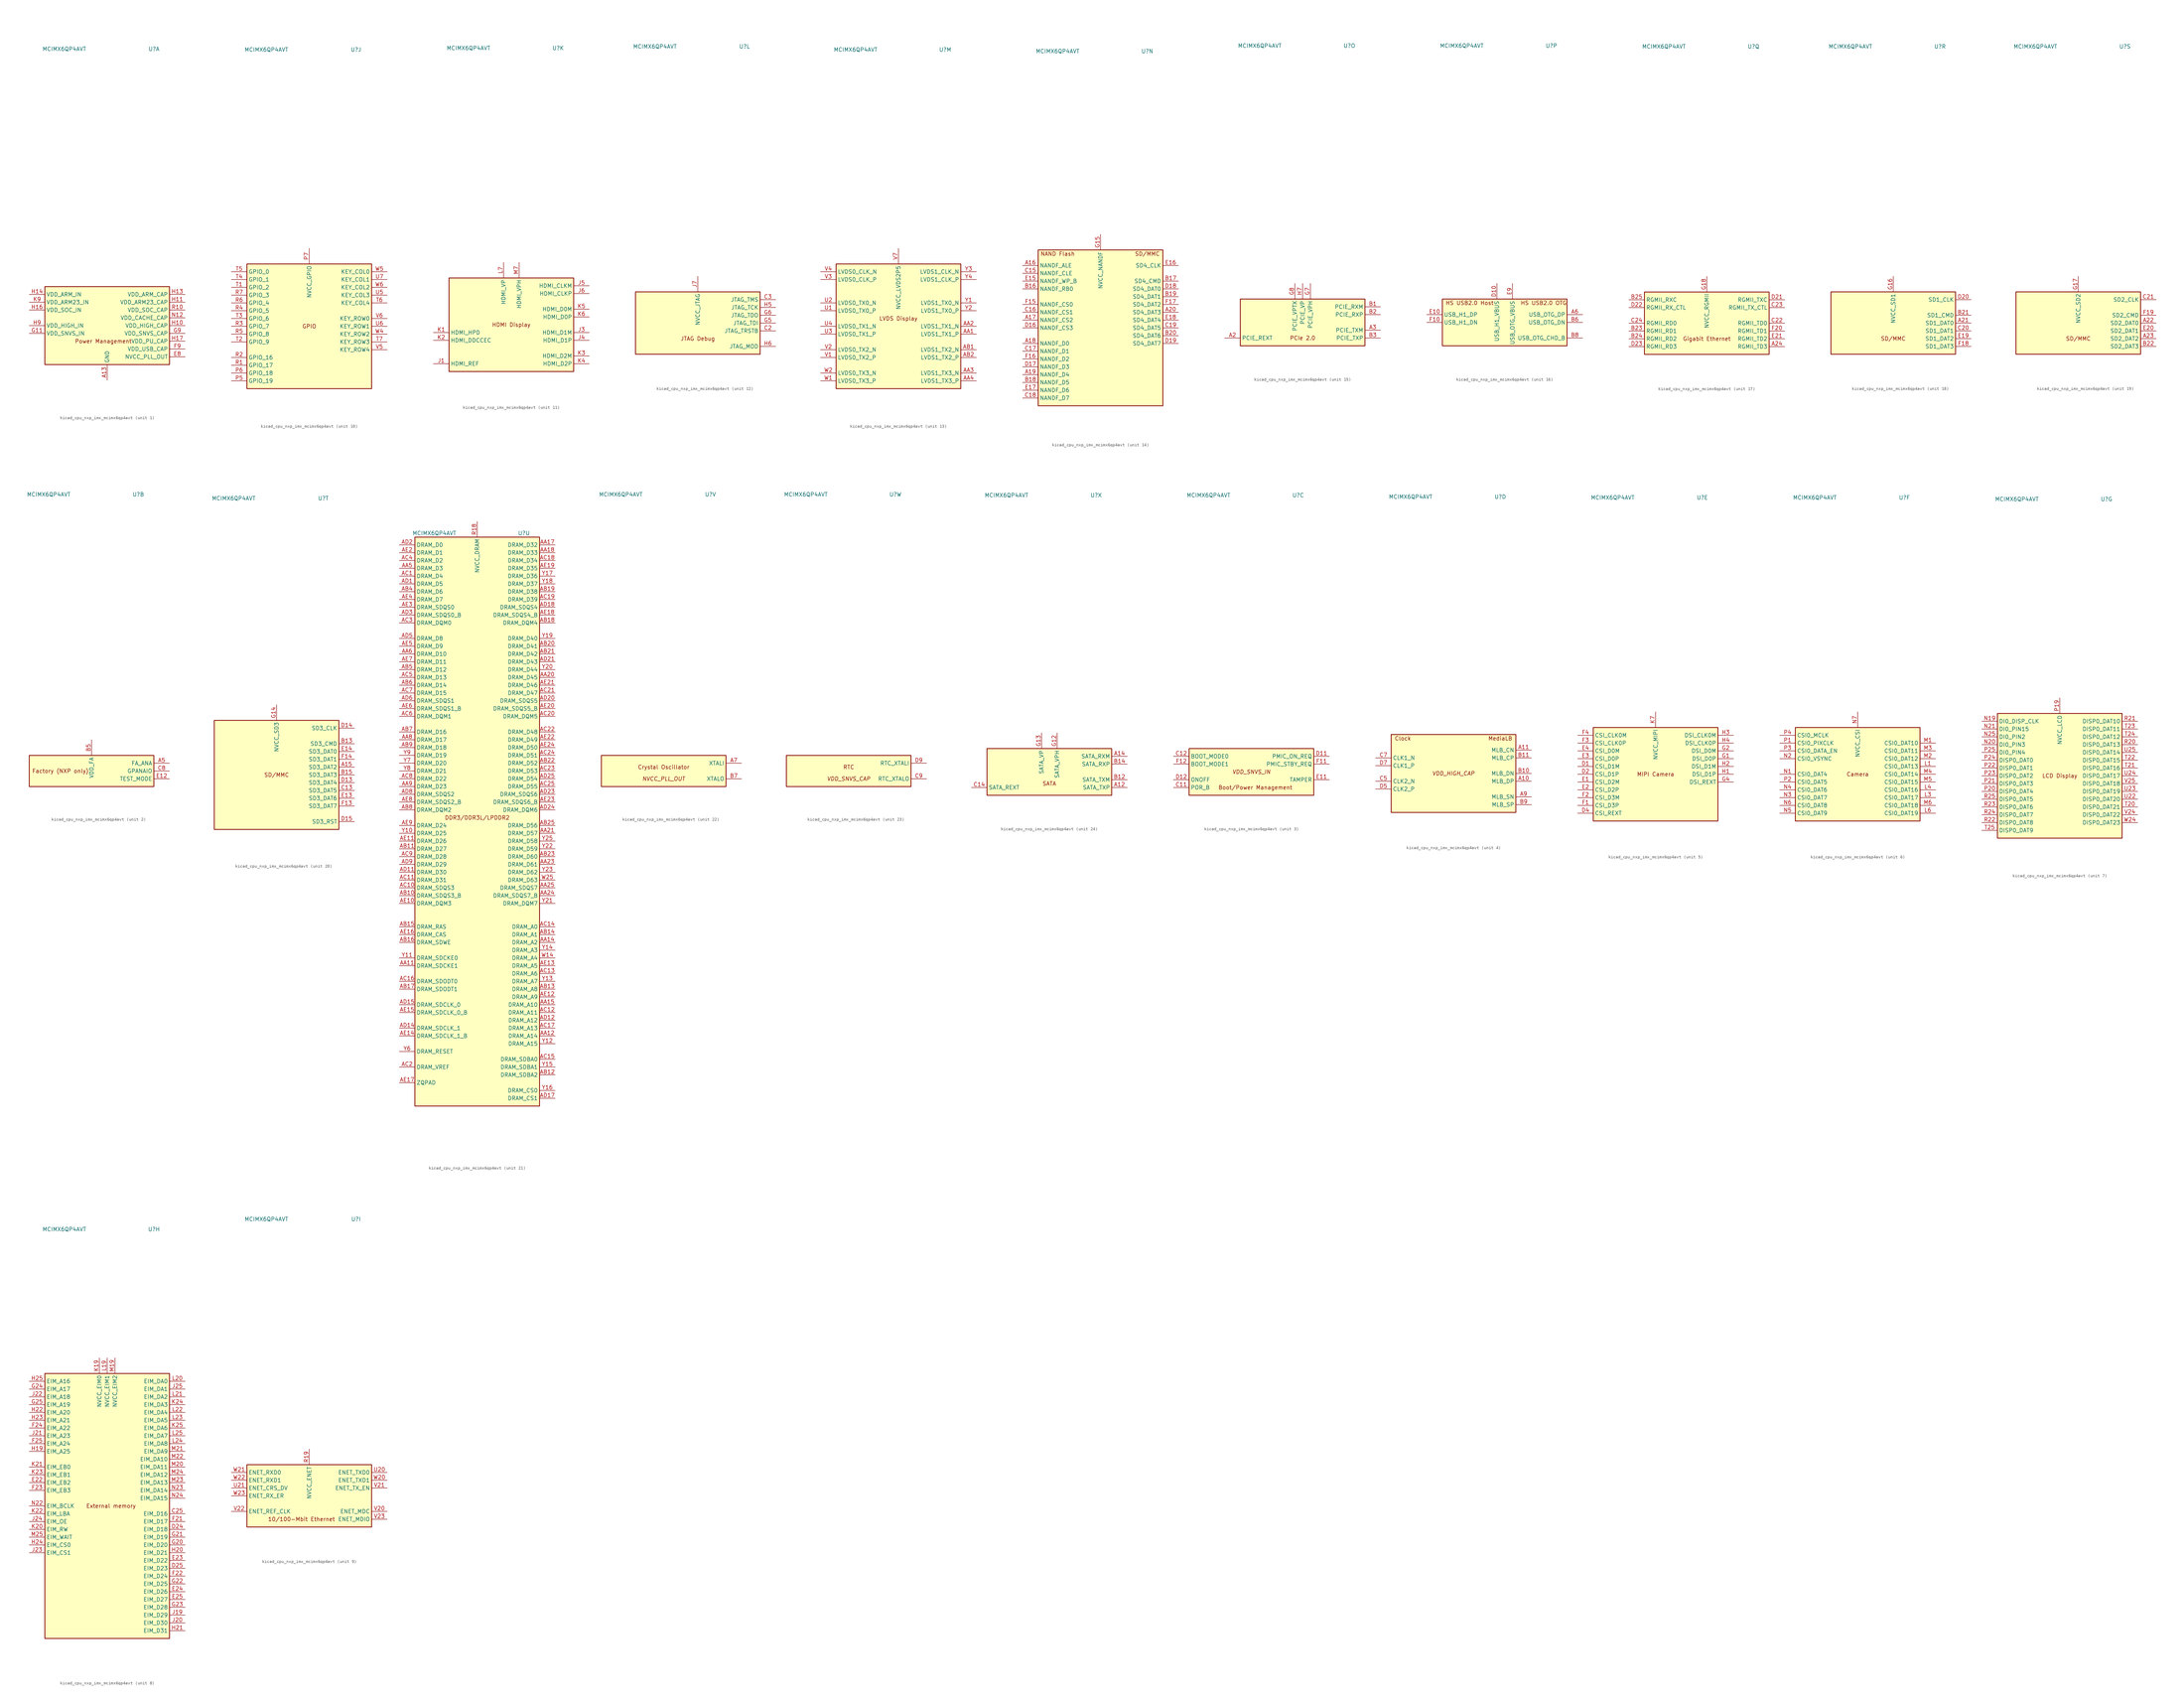
<source format=kicad_sym>
(kicad_symbol_lib
  (version 20220914)
  (generator kicad_symbol_editor)
  (symbol "kicad_cpu_nxp_imx_mcimx6qp4avt"
    (property "Reference" "U"
      (at 15.24 90.17 0)
      (effects (font (size 1.27 1.27))))
    (property "Value" "MCIMX6QP4AVT"
      (at -13.97 90.17 0)
      (effects (font (size 1.27 1.27))))
    (property "ki_locked" ""
      (at 0 0 0)
      (effects (font (size 1.27 1.27))))
    (symbol "kicad_cpu_nxp_imx_mcimx6qp4avt_1_0"
      (text "Power Management" (at -1.27 -5.08 0) (effects (font (size 1.27 1.27)))))
    (symbol "kicad_cpu_nxp_imx_mcimx6qp4avt_1_1"
      (rectangle (start -20.32 12.7) (end 20.32 -12.7) (stroke (width 0.254) (type default)) (fill (type background)))
      (pin power_in line (at 0 -17.78 90) (length 5.08) (name "GND" (effects (font (size 1.27 1.27)))) (number "A13" (effects (font (size 1.27 1.27)))))
      (pin passive line (at 0 -17.78 90) (length 5.08) hide (name "GND" (effects (font (size 1.27 1.27)))) (number "A25" (effects (font (size 1.27 1.27)))))
      (pin passive line (at 0 -17.78 90) (length 5.08) hide (name "GND" (effects (font (size 1.27 1.27)))) (number "A4" (effects (font (size 1.27 1.27)))))
      (pin passive line (at 0 -17.78 90) (length 5.08) hide (name "GND" (effects (font (size 1.27 1.27)))) (number "A8" (effects (font (size 1.27 1.27)))))
      (pin passive line (at 0 -17.78 90) (length 5.08) hide (name "GND" (effects (font (size 1.27 1.27)))) (number "AA10" (effects (font (size 1.27 1.27)))))
      (pin passive line (at 0 -17.78 90) (length 5.08) hide (name "GND" (effects (font (size 1.27 1.27)))) (number "AA13" (effects (font (size 1.27 1.27)))))
      (pin passive line (at 0 -17.78 90) (length 5.08) hide (name "GND" (effects (font (size 1.27 1.27)))) (number "AA16" (effects (font (size 1.27 1.27)))))
      (pin passive line (at 0 -17.78 90) (length 5.08) hide (name "GND" (effects (font (size 1.27 1.27)))) (number "AA19" (effects (font (size 1.27 1.27)))))
      (pin passive line (at 0 -17.78 90) (length 5.08) hide (name "GND" (effects (font (size 1.27 1.27)))) (number "AA22" (effects (font (size 1.27 1.27)))))
      (pin passive line (at 0 -17.78 90) (length 5.08) hide (name "GND" (effects (font (size 1.27 1.27)))) (number "AA7" (effects (font (size 1.27 1.27)))))
      (pin passive line (at 0 -17.78 90) (length 5.08) hide (name "GND" (effects (font (size 1.27 1.27)))) (number "AB24" (effects (font (size 1.27 1.27)))))
      (pin passive line (at 0 -17.78 90) (length 5.08) hide (name "GND" (effects (font (size 1.27 1.27)))) (number "AB3" (effects (font (size 1.27 1.27)))))
      (pin passive line (at 0 -17.78 90) (length 5.08) hide (name "GND" (effects (font (size 1.27 1.27)))) (number "AD10" (effects (font (size 1.27 1.27)))))
      (pin passive line (at 0 -17.78 90) (length 5.08) hide (name "GND" (effects (font (size 1.27 1.27)))) (number "AD13" (effects (font (size 1.27 1.27)))))
      (pin passive line (at 0 -17.78 90) (length 5.08) hide (name "GND" (effects (font (size 1.27 1.27)))) (number "AD16" (effects (font (size 1.27 1.27)))))
      (pin passive line (at 0 -17.78 90) (length 5.08) hide (name "GND" (effects (font (size 1.27 1.27)))) (number "AD19" (effects (font (size 1.27 1.27)))))
      (pin passive line (at 0 -17.78 90) (length 5.08) hide (name "GND" (effects (font (size 1.27 1.27)))) (number "AD22" (effects (font (size 1.27 1.27)))))
      (pin passive line (at 0 -17.78 90) (length 5.08) hide (name "GND" (effects (font (size 1.27 1.27)))) (number "AD4" (effects (font (size 1.27 1.27)))))
      (pin passive line (at 0 -17.78 90) (length 5.08) hide (name "GND" (effects (font (size 1.27 1.27)))) (number "AD7" (effects (font (size 1.27 1.27)))))
      (pin passive line (at 0 -17.78 90) (length 5.08) hide (name "GND" (effects (font (size 1.27 1.27)))) (number "AE1" (effects (font (size 1.27 1.27)))))
      (pin passive line (at 0 -17.78 90) (length 5.08) hide (name "GND" (effects (font (size 1.27 1.27)))) (number "AE25" (effects (font (size 1.27 1.27)))))
      (pin passive line (at 0 -17.78 90) (length 5.08) hide (name "GND" (effects (font (size 1.27 1.27)))) (number "B4" (effects (font (size 1.27 1.27)))))
      (pin passive line (at 0 -17.78 90) (length 5.08) hide (name "GND" (effects (font (size 1.27 1.27)))) (number "C1" (effects (font (size 1.27 1.27)))))
      (pin passive line (at 0 -17.78 90) (length 5.08) hide (name "GND" (effects (font (size 1.27 1.27)))) (number "C10" (effects (font (size 1.27 1.27)))))
      (pin passive line (at 0 -17.78 90) (length 5.08) hide (name "GND" (effects (font (size 1.27 1.27)))) (number "C4" (effects (font (size 1.27 1.27)))))
      (pin passive line (at 0 -17.78 90) (length 5.08) hide (name "GND" (effects (font (size 1.27 1.27)))) (number "C6" (effects (font (size 1.27 1.27)))))
      (pin passive line (at 0 -17.78 90) (length 5.08) hide (name "GND" (effects (font (size 1.27 1.27)))) (number "D3" (effects (font (size 1.27 1.27)))))
      (pin passive line (at 0 -17.78 90) (length 5.08) hide (name "GND" (effects (font (size 1.27 1.27)))) (number "D6" (effects (font (size 1.27 1.27)))))
      (pin passive line (at 0 -17.78 90) (length 5.08) hide (name "GND" (effects (font (size 1.27 1.27)))) (number "D8" (effects (font (size 1.27 1.27)))))
      (pin passive line (at 0 -17.78 90) (length 5.08) hide (name "GND" (effects (font (size 1.27 1.27)))) (number "E5" (effects (font (size 1.27 1.27)))))
      (pin passive line (at 0 -17.78 90) (length 5.08) hide (name "GND" (effects (font (size 1.27 1.27)))) (number "E6" (effects (font (size 1.27 1.27)))))
      (pin passive line (at 0 -17.78 90) (length 5.08) hide (name "GND" (effects (font (size 1.27 1.27)))) (number "E7" (effects (font (size 1.27 1.27)))))
      (pin power_out line (at 25.4 -10.16 180) (length 5.08) (name "NVCC_PLL_OUT" (effects (font (size 1.27 1.27)))) (number "E8" (effects (font (size 1.27 1.27)))))
      (pin passive line (at 0 -17.78 90) (length 5.08) hide (name "GND" (effects (font (size 1.27 1.27)))) (number "F5" (effects (font (size 1.27 1.27)))))
      (pin passive line (at 0 -17.78 90) (length 5.08) hide (name "GND" (effects (font (size 1.27 1.27)))) (number "F6" (effects (font (size 1.27 1.27)))))
      (pin passive line (at 0 -17.78 90) (length 5.08) hide (name "GND" (effects (font (size 1.27 1.27)))) (number "F7" (effects (font (size 1.27 1.27)))))
      (pin passive line (at 0 -17.78 90) (length 5.08) hide (name "GND" (effects (font (size 1.27 1.27)))) (number "F8" (effects (font (size 1.27 1.27)))))
      (pin power_out line (at 25.4 -7.62 180) (length 5.08) (name "VDD_USB_CAP" (effects (font (size 1.27 1.27)))) (number "F9" (effects (font (size 1.27 1.27)))))
      (pin passive line (at 0 -17.78 90) (length 5.08) hide (name "GND" (effects (font (size 1.27 1.27)))) (number "G10" (effects (font (size 1.27 1.27)))))
      (pin power_in line (at -25.4 -2.54 0) (length 5.08) (name "VDD_SNVS_IN" (effects (font (size 1.27 1.27)))) (number "G11" (effects (font (size 1.27 1.27)))))
      (pin passive line (at 0 -17.78 90) (length 5.08) hide (name "GND" (effects (font (size 1.27 1.27)))) (number "G19" (effects (font (size 1.27 1.27)))))
      (pin passive line (at 0 -17.78 90) (length 5.08) hide (name "GND" (effects (font (size 1.27 1.27)))) (number "G3" (effects (font (size 1.27 1.27)))))
      (pin power_out line (at 25.4 -2.54 180) (length 5.08) (name "VDD_SNVS_CAP" (effects (font (size 1.27 1.27)))) (number "G9" (effects (font (size 1.27 1.27)))))
      (pin power_out line (at 25.4 0 180) (length 5.08) (name "VDD_HIGH_CAP" (effects (font (size 1.27 1.27)))) (number "H10" (effects (font (size 1.27 1.27)))))
      (pin power_out line (at 25.4 7.62 180) (length 5.08) (name "VDD_ARM23_CAP" (effects (font (size 1.27 1.27)))) (number "H11" (effects (font (size 1.27 1.27)))))
      (pin passive line (at 0 -17.78 90) (length 5.08) hide (name "GND" (effects (font (size 1.27 1.27)))) (number "H12" (effects (font (size 1.27 1.27)))))
      (pin power_out line (at 25.4 10.16 180) (length 5.08) (name "VDD_ARM_CAP" (effects (font (size 1.27 1.27)))) (number "H13" (effects (font (size 1.27 1.27)))))
      (pin power_in line (at -25.4 10.16 0) (length 5.08) (name "VDD_ARM_IN" (effects (font (size 1.27 1.27)))) (number "H14" (effects (font (size 1.27 1.27)))))
      (pin passive line (at 0 -17.78 90) (length 5.08) hide (name "GND" (effects (font (size 1.27 1.27)))) (number "H15" (effects (font (size 1.27 1.27)))))
      (pin power_in line (at -25.4 5.08 0) (length 5.08) (name "VDD_SOC_IN" (effects (font (size 1.27 1.27)))) (number "H16" (effects (font (size 1.27 1.27)))))
      (pin power_out line (at 25.4 -5.08 180) (length 5.08) (name "VDD_PU_CAP" (effects (font (size 1.27 1.27)))) (number "H17" (effects (font (size 1.27 1.27)))))
      (pin passive line (at 0 -17.78 90) (length 5.08) hide (name "GND" (effects (font (size 1.27 1.27)))) (number "H18" (effects (font (size 1.27 1.27)))))
      (pin passive line (at 0 -17.78 90) (length 5.08) hide (name "GND" (effects (font (size 1.27 1.27)))) (number "H8" (effects (font (size 1.27 1.27)))))
      (pin power_in line (at -25.4 0 0) (length 5.08) (name "VDD_HIGH_IN" (effects (font (size 1.27 1.27)))) (number "H9" (effects (font (size 1.27 1.27)))))
      (pin passive line (at 25.4 0 180) (length 5.08) hide (name "VDD_HIGH_CAP" (effects (font (size 1.27 1.27)))) (number "J10" (effects (font (size 1.27 1.27)))))
      (pin passive line (at 25.4 7.62 180) (length 5.08) hide (name "VDD_ARM23_CAP" (effects (font (size 1.27 1.27)))) (number "J11" (effects (font (size 1.27 1.27)))))
      (pin passive line (at 0 -17.78 90) (length 5.08) hide (name "GND" (effects (font (size 1.27 1.27)))) (number "J12" (effects (font (size 1.27 1.27)))))
      (pin passive line (at 25.4 10.16 180) (length 5.08) hide (name "VDD_ARM_CAP" (effects (font (size 1.27 1.27)))) (number "J13" (effects (font (size 1.27 1.27)))))
      (pin passive line (at -25.4 10.16 0) (length 5.08) hide (name "VDD_ARM_IN" (effects (font (size 1.27 1.27)))) (number "J14" (effects (font (size 1.27 1.27)))))
      (pin passive line (at 0 -17.78 90) (length 5.08) hide (name "GND" (effects (font (size 1.27 1.27)))) (number "J15" (effects (font (size 1.27 1.27)))))
      (pin passive line (at -25.4 5.08 0) (length 5.08) hide (name "VDD_SOC_IN" (effects (font (size 1.27 1.27)))) (number "J16" (effects (font (size 1.27 1.27)))))
      (pin passive line (at 25.4 -5.08 180) (length 5.08) hide (name "VDD_PU_CAP" (effects (font (size 1.27 1.27)))) (number "J17" (effects (font (size 1.27 1.27)))))
      (pin passive line (at 0 -17.78 90) (length 5.08) hide (name "GND" (effects (font (size 1.27 1.27)))) (number "J18" (effects (font (size 1.27 1.27)))))
      (pin passive line (at 0 -17.78 90) (length 5.08) hide (name "GND" (effects (font (size 1.27 1.27)))) (number "J2" (effects (font (size 1.27 1.27)))))
      (pin passive line (at 0 -17.78 90) (length 5.08) hide (name "GND" (effects (font (size 1.27 1.27)))) (number "J8" (effects (font (size 1.27 1.27)))))
      (pin passive line (at -25.4 0 0) (length 5.08) hide (name "VDD_HIGH_IN" (effects (font (size 1.27 1.27)))) (number "J9" (effects (font (size 1.27 1.27)))))
      (pin passive line (at 0 -17.78 90) (length 5.08) hide (name "GND" (effects (font (size 1.27 1.27)))) (number "K10" (effects (font (size 1.27 1.27)))))
      (pin passive line (at 25.4 7.62 180) (length 5.08) hide (name "VDD_ARM23_CAP" (effects (font (size 1.27 1.27)))) (number "K11" (effects (font (size 1.27 1.27)))))
      (pin passive line (at 0 -17.78 90) (length 5.08) hide (name "GND" (effects (font (size 1.27 1.27)))) (number "K12" (effects (font (size 1.27 1.27)))))
      (pin passive line (at 25.4 10.16 180) (length 5.08) hide (name "VDD_ARM_CAP" (effects (font (size 1.27 1.27)))) (number "K13" (effects (font (size 1.27 1.27)))))
      (pin passive line (at -25.4 10.16 0) (length 5.08) hide (name "VDD_ARM_IN" (effects (font (size 1.27 1.27)))) (number "K14" (effects (font (size 1.27 1.27)))))
      (pin passive line (at 0 -17.78 90) (length 5.08) hide (name "GND" (effects (font (size 1.27 1.27)))) (number "K15" (effects (font (size 1.27 1.27)))))
      (pin passive line (at -25.4 5.08 0) (length 5.08) hide (name "VDD_SOC_IN" (effects (font (size 1.27 1.27)))) (number "K16" (effects (font (size 1.27 1.27)))))
      (pin passive line (at 25.4 -5.08 180) (length 5.08) hide (name "VDD_PU_CAP" (effects (font (size 1.27 1.27)))) (number "K17" (effects (font (size 1.27 1.27)))))
      (pin passive line (at 0 -17.78 90) (length 5.08) hide (name "GND" (effects (font (size 1.27 1.27)))) (number "K18" (effects (font (size 1.27 1.27)))))
      (pin passive line (at 0 -17.78 90) (length 5.08) hide (name "GND" (effects (font (size 1.27 1.27)))) (number "K8" (effects (font (size 1.27 1.27)))))
      (pin power_in line (at -25.4 7.62 0) (length 5.08) (name "VDD_ARM23_IN" (effects (font (size 1.27 1.27)))) (number "K9" (effects (font (size 1.27 1.27)))))
      (pin passive line (at 0 -17.78 90) (length 5.08) hide (name "GND" (effects (font (size 1.27 1.27)))) (number "L10" (effects (font (size 1.27 1.27)))))
      (pin passive line (at 25.4 7.62 180) (length 5.08) hide (name "VDD_ARM23_CAP" (effects (font (size 1.27 1.27)))) (number "L11" (effects (font (size 1.27 1.27)))))
      (pin passive line (at 0 -17.78 90) (length 5.08) hide (name "GND" (effects (font (size 1.27 1.27)))) (number "L12" (effects (font (size 1.27 1.27)))))
      (pin passive line (at 25.4 10.16 180) (length 5.08) hide (name "VDD_ARM_CAP" (effects (font (size 1.27 1.27)))) (number "L13" (effects (font (size 1.27 1.27)))))
      (pin passive line (at -25.4 10.16 0) (length 5.08) hide (name "VDD_ARM_IN" (effects (font (size 1.27 1.27)))) (number "L14" (effects (font (size 1.27 1.27)))))
      (pin passive line (at 0 -17.78 90) (length 5.08) hide (name "GND" (effects (font (size 1.27 1.27)))) (number "L15" (effects (font (size 1.27 1.27)))))
      (pin passive line (at -25.4 5.08 0) (length 5.08) hide (name "VDD_SOC_IN" (effects (font (size 1.27 1.27)))) (number "L16" (effects (font (size 1.27 1.27)))))
      (pin passive line (at 25.4 -5.08 180) (length 5.08) hide (name "VDD_PU_CAP" (effects (font (size 1.27 1.27)))) (number "L17" (effects (font (size 1.27 1.27)))))
      (pin passive line (at 0 -17.78 90) (length 5.08) hide (name "GND" (effects (font (size 1.27 1.27)))) (number "L18" (effects (font (size 1.27 1.27)))))
      (pin passive line (at 0 -17.78 90) (length 5.08) hide (name "GND" (effects (font (size 1.27 1.27)))) (number "L2" (effects (font (size 1.27 1.27)))))
      (pin passive line (at 0 -17.78 90) (length 5.08) hide (name "GND" (effects (font (size 1.27 1.27)))) (number "L5" (effects (font (size 1.27 1.27)))))
      (pin passive line (at 0 -17.78 90) (length 5.08) hide (name "GND" (effects (font (size 1.27 1.27)))) (number "L8" (effects (font (size 1.27 1.27)))))
      (pin passive line (at -25.4 7.62 0) (length 5.08) hide (name "VDD_ARM23_IN" (effects (font (size 1.27 1.27)))) (number "L9" (effects (font (size 1.27 1.27)))))
      (pin passive line (at 0 -17.78 90) (length 5.08) hide (name "GND" (effects (font (size 1.27 1.27)))) (number "M10" (effects (font (size 1.27 1.27)))))
      (pin passive line (at 25.4 7.62 180) (length 5.08) hide (name "VDD_ARM23_CAP" (effects (font (size 1.27 1.27)))) (number "M11" (effects (font (size 1.27 1.27)))))
      (pin passive line (at 0 -17.78 90) (length 5.08) hide (name "GND" (effects (font (size 1.27 1.27)))) (number "M12" (effects (font (size 1.27 1.27)))))
      (pin passive line (at 25.4 10.16 180) (length 5.08) hide (name "VDD_ARM_CAP" (effects (font (size 1.27 1.27)))) (number "M13" (effects (font (size 1.27 1.27)))))
      (pin passive line (at -25.4 10.16 0) (length 5.08) hide (name "VDD_ARM_IN" (effects (font (size 1.27 1.27)))) (number "M14" (effects (font (size 1.27 1.27)))))
      (pin passive line (at 0 -17.78 90) (length 5.08) hide (name "GND" (effects (font (size 1.27 1.27)))) (number "M15" (effects (font (size 1.27 1.27)))))
      (pin passive line (at -25.4 5.08 0) (length 5.08) hide (name "VDD_SOC_IN" (effects (font (size 1.27 1.27)))) (number "M16" (effects (font (size 1.27 1.27)))))
      (pin passive line (at 25.4 -5.08 180) (length 5.08) hide (name "VDD_PU_CAP" (effects (font (size 1.27 1.27)))) (number "M17" (effects (font (size 1.27 1.27)))))
      (pin passive line (at 0 -17.78 90) (length 5.08) hide (name "GND" (effects (font (size 1.27 1.27)))) (number "M18" (effects (font (size 1.27 1.27)))))
      (pin passive line (at 0 -17.78 90) (length 5.08) hide (name "GND" (effects (font (size 1.27 1.27)))) (number "M8" (effects (font (size 1.27 1.27)))))
      (pin passive line (at -25.4 7.62 0) (length 5.08) hide (name "VDD_ARM23_IN" (effects (font (size 1.27 1.27)))) (number "M9" (effects (font (size 1.27 1.27)))))
      (pin passive line (at 0 -17.78 90) (length 5.08) hide (name "GND" (effects (font (size 1.27 1.27)))) (number "N10" (effects (font (size 1.27 1.27)))))
      (pin passive line (at 25.4 7.62 180) (length 5.08) hide (name "VDD_ARM23_CAP" (effects (font (size 1.27 1.27)))) (number "N11" (effects (font (size 1.27 1.27)))))
      (pin power_in line (at 25.4 2.54 180) (length 5.08) (name "VDD_CACHE_CAP" (effects (font (size 1.27 1.27)))) (number "N12" (effects (font (size 1.27 1.27)))))
      (pin passive line (at 25.4 10.16 180) (length 5.08) hide (name "VDD_ARM_CAP" (effects (font (size 1.27 1.27)))) (number "N13" (effects (font (size 1.27 1.27)))))
      (pin passive line (at -25.4 10.16 0) (length 5.08) hide (name "VDD_ARM_IN" (effects (font (size 1.27 1.27)))) (number "N14" (effects (font (size 1.27 1.27)))))
      (pin passive line (at 0 -17.78 90) (length 5.08) hide (name "GND" (effects (font (size 1.27 1.27)))) (number "N15" (effects (font (size 1.27 1.27)))))
      (pin passive line (at -25.4 5.08 0) (length 5.08) hide (name "VDD_SOC_IN" (effects (font (size 1.27 1.27)))) (number "N16" (effects (font (size 1.27 1.27)))))
      (pin passive line (at 25.4 -5.08 180) (length 5.08) hide (name "VDD_PU_CAP" (effects (font (size 1.27 1.27)))) (number "N17" (effects (font (size 1.27 1.27)))))
      (pin passive line (at 0 -17.78 90) (length 5.08) hide (name "GND" (effects (font (size 1.27 1.27)))) (number "N18" (effects (font (size 1.27 1.27)))))
      (pin passive line (at 0 -17.78 90) (length 5.08) hide (name "GND" (effects (font (size 1.27 1.27)))) (number "N8" (effects (font (size 1.27 1.27)))))
      (pin passive line (at -25.4 7.62 0) (length 5.08) hide (name "VDD_ARM23_IN" (effects (font (size 1.27 1.27)))) (number "N9" (effects (font (size 1.27 1.27)))))
      (pin passive line (at 0 -17.78 90) (length 5.08) hide (name "GND" (effects (font (size 1.27 1.27)))) (number "P10" (effects (font (size 1.27 1.27)))))
      (pin passive line (at 25.4 7.62 180) (length 5.08) hide (name "VDD_ARM23_CAP" (effects (font (size 1.27 1.27)))) (number "P11" (effects (font (size 1.27 1.27)))))
      (pin passive line (at 0 -17.78 90) (length 5.08) hide (name "GND" (effects (font (size 1.27 1.27)))) (number "P12" (effects (font (size 1.27 1.27)))))
      (pin passive line (at 25.4 10.16 180) (length 5.08) hide (name "VDD_ARM_CAP" (effects (font (size 1.27 1.27)))) (number "P13" (effects (font (size 1.27 1.27)))))
      (pin passive line (at -25.4 10.16 0) (length 5.08) hide (name "VDD_ARM_IN" (effects (font (size 1.27 1.27)))) (number "P14" (effects (font (size 1.27 1.27)))))
      (pin passive line (at 0 -17.78 90) (length 5.08) hide (name "GND" (effects (font (size 1.27 1.27)))) (number "P15" (effects (font (size 1.27 1.27)))))
      (pin passive line (at -25.4 5.08 0) (length 5.08) hide (name "VDD_SOC_IN" (effects (font (size 1.27 1.27)))) (number "P16" (effects (font (size 1.27 1.27)))))
      (pin passive line (at 25.4 -5.08 180) (length 5.08) hide (name "VDD_PU_CAP" (effects (font (size 1.27 1.27)))) (number "P17" (effects (font (size 1.27 1.27)))))
      (pin passive line (at 0 -17.78 90) (length 5.08) hide (name "GND" (effects (font (size 1.27 1.27)))) (number "P18" (effects (font (size 1.27 1.27)))))
      (pin passive line (at 0 -17.78 90) (length 5.08) hide (name "GND" (effects (font (size 1.27 1.27)))) (number "P8" (effects (font (size 1.27 1.27)))))
      (pin passive line (at -25.4 7.62 0) (length 5.08) hide (name "VDD_ARM23_IN" (effects (font (size 1.27 1.27)))) (number "P9" (effects (font (size 1.27 1.27)))))
      (pin power_out line (at 25.4 5.08 180) (length 5.08) (name "VDD_SOC_CAP" (effects (font (size 1.27 1.27)))) (number "R10" (effects (font (size 1.27 1.27)))))
      (pin passive line (at 25.4 7.62 180) (length 5.08) hide (name "VDD_ARM23_CAP" (effects (font (size 1.27 1.27)))) (number "R11" (effects (font (size 1.27 1.27)))))
      (pin passive line (at 0 -17.78 90) (length 5.08) hide (name "GND" (effects (font (size 1.27 1.27)))) (number "R12" (effects (font (size 1.27 1.27)))))
      (pin passive line (at 25.4 10.16 180) (length 5.08) hide (name "VDD_ARM_CAP" (effects (font (size 1.27 1.27)))) (number "R13" (effects (font (size 1.27 1.27)))))
      (pin passive line (at -25.4 10.16 0) (length 5.08) hide (name "VDD_ARM_IN" (effects (font (size 1.27 1.27)))) (number "R14" (effects (font (size 1.27 1.27)))))
      (pin passive line (at 0 -17.78 90) (length 5.08) hide (name "GND" (effects (font (size 1.27 1.27)))) (number "R15" (effects (font (size 1.27 1.27)))))
      (pin passive line (at -25.4 5.08 0) (length 5.08) hide (name "VDD_SOC_IN" (effects (font (size 1.27 1.27)))) (number "R16" (effects (font (size 1.27 1.27)))))
      (pin passive line (at 0 -17.78 90) (length 5.08) hide (name "GND" (effects (font (size 1.27 1.27)))) (number "R17" (effects (font (size 1.27 1.27)))))
      (pin passive line (at 0 -17.78 90) (length 5.08) hide (name "GND" (effects (font (size 1.27 1.27)))) (number "R8" (effects (font (size 1.27 1.27)))))
      (pin passive line (at -25.4 7.62 0) (length 5.08) hide (name "VDD_ARM23_IN" (effects (font (size 1.27 1.27)))) (number "R9" (effects (font (size 1.27 1.27)))))
      (pin passive line (at 25.4 5.08 180) (length 5.08) hide (name "VDD_SOC_CAP" (effects (font (size 1.27 1.27)))) (number "T10" (effects (font (size 1.27 1.27)))))
      (pin passive line (at 0 -17.78 90) (length 5.08) hide (name "GND" (effects (font (size 1.27 1.27)))) (number "T11" (effects (font (size 1.27 1.27)))))
      (pin passive line (at 0 -17.78 90) (length 5.08) hide (name "GND" (effects (font (size 1.27 1.27)))) (number "T12" (effects (font (size 1.27 1.27)))))
      (pin passive line (at 25.4 5.08 180) (length 5.08) hide (name "VDD_SOC_CAP" (effects (font (size 1.27 1.27)))) (number "T13" (effects (font (size 1.27 1.27)))))
      (pin passive line (at 25.4 5.08 180) (length 5.08) hide (name "VDD_SOC_CAP" (effects (font (size 1.27 1.27)))) (number "T14" (effects (font (size 1.27 1.27)))))
      (pin passive line (at 0 -17.78 90) (length 5.08) hide (name "GND" (effects (font (size 1.27 1.27)))) (number "T15" (effects (font (size 1.27 1.27)))))
      (pin passive line (at -25.4 5.08 0) (length 5.08) hide (name "VDD_SOC_IN" (effects (font (size 1.27 1.27)))) (number "T16" (effects (font (size 1.27 1.27)))))
      (pin passive line (at 0 -17.78 90) (length 5.08) hide (name "GND" (effects (font (size 1.27 1.27)))) (number "T17" (effects (font (size 1.27 1.27)))))
      (pin passive line (at 0 -17.78 90) (length 5.08) hide (name "GND" (effects (font (size 1.27 1.27)))) (number "T19" (effects (font (size 1.27 1.27)))))
      (pin passive line (at 0 -17.78 90) (length 5.08) hide (name "GND" (effects (font (size 1.27 1.27)))) (number "T8" (effects (font (size 1.27 1.27)))))
      (pin passive line (at -25.4 7.62 0) (length 5.08) hide (name "VDD_ARM23_IN" (effects (font (size 1.27 1.27)))) (number "T9" (effects (font (size 1.27 1.27)))))
      (pin passive line (at 25.4 5.08 180) (length 5.08) hide (name "VDD_SOC_CAP" (effects (font (size 1.27 1.27)))) (number "U10" (effects (font (size 1.27 1.27)))))
      (pin passive line (at 0 -17.78 90) (length 5.08) hide (name "GND" (effects (font (size 1.27 1.27)))) (number "U11" (effects (font (size 1.27 1.27)))))
      (pin passive line (at 0 -17.78 90) (length 5.08) hide (name "GND" (effects (font (size 1.27 1.27)))) (number "U12" (effects (font (size 1.27 1.27)))))
      (pin passive line (at 25.4 5.08 180) (length 5.08) hide (name "VDD_SOC_CAP" (effects (font (size 1.27 1.27)))) (number "U13" (effects (font (size 1.27 1.27)))))
      (pin passive line (at 25.4 5.08 180) (length 5.08) hide (name "VDD_SOC_CAP" (effects (font (size 1.27 1.27)))) (number "U14" (effects (font (size 1.27 1.27)))))
      (pin passive line (at 0 -17.78 90) (length 5.08) hide (name "GND" (effects (font (size 1.27 1.27)))) (number "U15" (effects (font (size 1.27 1.27)))))
      (pin passive line (at -25.4 5.08 0) (length 5.08) hide (name "VDD_SOC_IN" (effects (font (size 1.27 1.27)))) (number "U16" (effects (font (size 1.27 1.27)))))
      (pin passive line (at 0 -17.78 90) (length 5.08) hide (name "GND" (effects (font (size 1.27 1.27)))) (number "U17" (effects (font (size 1.27 1.27)))))
      (pin passive line (at 0 -17.78 90) (length 5.08) hide (name "GND" (effects (font (size 1.27 1.27)))) (number "U19" (effects (font (size 1.27 1.27)))))
      (pin passive line (at 0 -17.78 90) (length 5.08) hide (name "GND" (effects (font (size 1.27 1.27)))) (number "U8" (effects (font (size 1.27 1.27)))))
      (pin passive line (at -25.4 7.62 0) (length 5.08) hide (name "VDD_ARM23_IN" (effects (font (size 1.27 1.27)))) (number "U9" (effects (font (size 1.27 1.27)))))
      (pin passive line (at 0 -17.78 90) (length 5.08) hide (name "GND" (effects (font (size 1.27 1.27)))) (number "V19" (effects (font (size 1.27 1.27)))))
      (pin passive line (at 0 -17.78 90) (length 5.08) hide (name "GND" (effects (font (size 1.27 1.27)))) (number "V8" (effects (font (size 1.27 1.27)))))
      (pin passive line (at 0 -17.78 90) (length 5.08) hide (name "GND" (effects (font (size 1.27 1.27)))) (number "W10" (effects (font (size 1.27 1.27)))))
      (pin passive line (at 0 -17.78 90) (length 5.08) hide (name "GND" (effects (font (size 1.27 1.27)))) (number "W11" (effects (font (size 1.27 1.27)))))
      (pin passive line (at 0 -17.78 90) (length 5.08) hide (name "GND" (effects (font (size 1.27 1.27)))) (number "W12" (effects (font (size 1.27 1.27)))))
      (pin passive line (at 0 -17.78 90) (length 5.08) hide (name "GND" (effects (font (size 1.27 1.27)))) (number "W13" (effects (font (size 1.27 1.27)))))
      (pin passive line (at 0 -17.78 90) (length 5.08) hide (name "GND" (effects (font (size 1.27 1.27)))) (number "W15" (effects (font (size 1.27 1.27)))))
      (pin passive line (at 0 -17.78 90) (length 5.08) hide (name "GND" (effects (font (size 1.27 1.27)))) (number "W16" (effects (font (size 1.27 1.27)))))
      (pin passive line (at 0 -17.78 90) (length 5.08) hide (name "GND" (effects (font (size 1.27 1.27)))) (number "W17" (effects (font (size 1.27 1.27)))))
      (pin passive line (at 0 -17.78 90) (length 5.08) hide (name "GND" (effects (font (size 1.27 1.27)))) (number "W18" (effects (font (size 1.27 1.27)))))
      (pin passive line (at 0 -17.78 90) (length 5.08) hide (name "GND" (effects (font (size 1.27 1.27)))) (number "W19" (effects (font (size 1.27 1.27)))))
      (pin passive line (at 0 -17.78 90) (length 5.08) hide (name "GND" (effects (font (size 1.27 1.27)))) (number "W3" (effects (font (size 1.27 1.27)))))
      (pin passive line (at 0 -17.78 90) (length 5.08) hide (name "GND" (effects (font (size 1.27 1.27)))) (number "W7" (effects (font (size 1.27 1.27)))))
      (pin passive line (at 0 -17.78 90) (length 5.08) hide (name "GND" (effects (font (size 1.27 1.27)))) (number "W8" (effects (font (size 1.27 1.27)))))
      (pin passive line (at 0 -17.78 90) (length 5.08) hide (name "GND" (effects (font (size 1.27 1.27)))) (number "W9" (effects (font (size 1.27 1.27)))))
      (pin passive line (at 0 -17.78 90) (length 5.08) hide (name "GND" (effects (font (size 1.27 1.27)))) (number "Y24" (effects (font (size 1.27 1.27)))))
      (pin passive line (at 0 -17.78 90) (length 5.08) hide (name "GND" (effects (font (size 1.27 1.27)))) (number "Y5" (effects (font (size 1.27 1.27))))))
    (symbol "kicad_cpu_nxp_imx_mcimx6qp4avt_2_0"
      (text "Factory (NXP only)" (at -10.16 0 0) (effects (font (size 1.27 1.27)))))
    (symbol "kicad_cpu_nxp_imx_mcimx6qp4avt_2_1"
      (rectangle (start -20.32 5.08) (end 20.32 -5.08) (stroke (width 0.254) (type default)) (fill (type background)))
      (pin passive line (at 25.4 2.54 180) (length 5.08) (name "FA_ANA" (effects (font (size 1.27 1.27)))) (number "A5" (effects (font (size 1.27 1.27)))))
      (pin passive line (at 0 10.16 270) (length 5.08) (name "VDD_FA" (effects (font (size 1.27 1.27)))) (number "B5" (effects (font (size 1.27 1.27)))))
      (pin passive line (at 25.4 0 180) (length 5.08) (name "GPANAIO" (effects (font (size 1.27 1.27)))) (number "C8" (effects (font (size 1.27 1.27)))))
      (pin passive line (at 25.4 -2.54 180) (length 5.08) (name "TEST_MODE" (effects (font (size 1.27 1.27)))) (number "E12" (effects (font (size 1.27 1.27))))))
    (symbol "kicad_cpu_nxp_imx_mcimx6qp4avt_3_0"
      (text "Boot/Power Management" (at 1.27 -5.08 0) (effects (font (size 1.27 1.27)))))
    (symbol "kicad_cpu_nxp_imx_mcimx6qp4avt_3_1"
      (rectangle (start -20.32 7.62) (end 20.32 -7.62) (stroke (width 0.254) (type default)) (fill (type background)))
      (text "VDD_SNVS_IN" (at 0 0 0) (effects (font (size 1.27 1.27) italic)))
      (pin input line (at -25.4 -5.08 0) (length 5.08) (name "POR_B" (effects (font (size 1.27 1.27)))) (number "C11" (effects (font (size 1.27 1.27)))))
      (pin input line (at -25.4 5.08 0) (length 5.08) (name "BOOT_MODE0" (effects (font (size 1.27 1.27)))) (number "C12" (effects (font (size 1.27 1.27)))))
      (pin output line (at 25.4 5.08 180) (length 5.08) (name "PMIC_ON_REQ" (effects (font (size 1.27 1.27)))) (number "D11" (effects (font (size 1.27 1.27)))))
      (pin input line (at -25.4 -2.54 0) (length 5.08) (name "ONOFF" (effects (font (size 1.27 1.27)))) (number "D12" (effects (font (size 1.27 1.27)))))
      (pin input line (at 25.4 -2.54 180) (length 5.08) (name "TAMPER" (effects (font (size 1.27 1.27)))) (number "E11" (effects (font (size 1.27 1.27)))))
      (pin output line (at 25.4 2.54 180) (length 5.08) (name "PMIC_STBY_REQ" (effects (font (size 1.27 1.27)))) (number "F11" (effects (font (size 1.27 1.27)))))
      (pin input line (at -25.4 2.54 0) (length 5.08) (name "BOOT_MODE1" (effects (font (size 1.27 1.27)))) (number "F12" (effects (font (size 1.27 1.27))))))
    (symbol "kicad_cpu_nxp_imx_mcimx6qp4avt_4_0"
      (text "Clock" (at -16.51 11.43 0) (effects (font (size 1.27 1.27))))
      (text "MediaLB" (at 15.24 11.43 0) (effects (font (size 1.27 1.27)))))
    (symbol "kicad_cpu_nxp_imx_mcimx6qp4avt_4_1"
      (rectangle (start -20.32 12.7) (end 20.32 -12.7) (stroke (width 0.254) (type default)) (fill (type background)))
      (text "VDD_HIGH_CAP" (at 0 0 0) (effects (font (size 1.27 1.27) italic)))
      (pin bidirectional line (at 25.4 -2.54 180) (length 5.08) (name "MLB_DP" (effects (font (size 1.27 1.27)))) (number "A10" (effects (font (size 1.27 1.27)))))
      (pin input line (at 25.4 7.62 180) (length 5.08) (name "MLB_CN" (effects (font (size 1.27 1.27)))) (number "A11" (effects (font (size 1.27 1.27)))))
      (pin bidirectional line (at 25.4 -7.62 180) (length 5.08) (name "MLB_SN" (effects (font (size 1.27 1.27)))) (number "A9" (effects (font (size 1.27 1.27)))))
      (pin bidirectional line (at 25.4 0 180) (length 5.08) (name "MLB_DN" (effects (font (size 1.27 1.27)))) (number "B10" (effects (font (size 1.27 1.27)))))
      (pin input line (at 25.4 5.08 180) (length 5.08) (name "MLB_CP" (effects (font (size 1.27 1.27)))) (number "B11" (effects (font (size 1.27 1.27)))))
      (pin bidirectional line (at 25.4 -10.16 180) (length 5.08) (name "MLB_SP" (effects (font (size 1.27 1.27)))) (number "B9" (effects (font (size 1.27 1.27)))))
      (pin bidirectional line (at -25.4 -2.54 0) (length 5.08) (name "CLK2_N" (effects (font (size 1.27 1.27)))) (number "C5" (effects (font (size 1.27 1.27)))))
      (pin bidirectional line (at -25.4 5.08 0) (length 5.08) (name "CLK1_N" (effects (font (size 1.27 1.27)))) (number "C7" (effects (font (size 1.27 1.27)))))
      (pin bidirectional line (at -25.4 -5.08 0) (length 5.08) (name "CLK2_P" (effects (font (size 1.27 1.27)))) (number "D5" (effects (font (size 1.27 1.27)))))
      (pin bidirectional line (at -25.4 2.54 0) (length 5.08) (name "CLK1_P" (effects (font (size 1.27 1.27)))) (number "D7" (effects (font (size 1.27 1.27))))))
    (symbol "kicad_cpu_nxp_imx_mcimx6qp4avt_5_0"
      (text "MIPI Camera" (at 0 0 0) (effects (font (size 1.27 1.27)))))
    (symbol "kicad_cpu_nxp_imx_mcimx6qp4avt_5_1"
      (rectangle (start -20.32 15.24) (end 20.32 -15.24) (stroke (width 0.254) (type default)) (fill (type background)))
      (pin input line (at -25.4 2.54 0) (length 5.08) (name "CSI_D1M" (effects (font (size 1.27 1.27)))) (number "D1" (effects (font (size 1.27 1.27)))))
      (pin input line (at -25.4 0 0) (length 5.08) (name "CSI_D1P" (effects (font (size 1.27 1.27)))) (number "D2" (effects (font (size 1.27 1.27)))))
      (pin passive line (at -25.4 -12.7 0) (length 5.08) (name "CSI_REXT" (effects (font (size 1.27 1.27)))) (number "D4" (effects (font (size 1.27 1.27)))))
      (pin input line (at -25.4 -2.54 0) (length 5.08) (name "CSI_D2M" (effects (font (size 1.27 1.27)))) (number "E1" (effects (font (size 1.27 1.27)))))
      (pin input line (at -25.4 -5.08 0) (length 5.08) (name "CSI_D2P" (effects (font (size 1.27 1.27)))) (number "E2" (effects (font (size 1.27 1.27)))))
      (pin input line (at -25.4 5.08 0) (length 5.08) (name "CSI_D0P" (effects (font (size 1.27 1.27)))) (number "E3" (effects (font (size 1.27 1.27)))))
      (pin input line (at -25.4 7.62 0) (length 5.08) (name "CSI_D0M" (effects (font (size 1.27 1.27)))) (number "E4" (effects (font (size 1.27 1.27)))))
      (pin input line (at -25.4 -10.16 0) (length 5.08) (name "CSI_D3P" (effects (font (size 1.27 1.27)))) (number "F1" (effects (font (size 1.27 1.27)))))
      (pin input line (at -25.4 -7.62 0) (length 5.08) (name "CSI_D3M" (effects (font (size 1.27 1.27)))) (number "F2" (effects (font (size 1.27 1.27)))))
      (pin input line (at -25.4 10.16 0) (length 5.08) (name "CSI_CLK0P" (effects (font (size 1.27 1.27)))) (number "F3" (effects (font (size 1.27 1.27)))))
      (pin input line (at -25.4 12.7 0) (length 5.08) (name "CSI_CLK0M" (effects (font (size 1.27 1.27)))) (number "F4" (effects (font (size 1.27 1.27)))))
      (pin output line (at 25.4 5.08 180) (length 5.08) (name "DSI_D0P" (effects (font (size 1.27 1.27)))) (number "G1" (effects (font (size 1.27 1.27)))))
      (pin output line (at 25.4 7.62 180) (length 5.08) (name "DSI_D0M" (effects (font (size 1.27 1.27)))) (number "G2" (effects (font (size 1.27 1.27)))))
      (pin passive line (at 25.4 -2.54 180) (length 5.08) (name "DSI_REXT" (effects (font (size 1.27 1.27)))) (number "G4" (effects (font (size 1.27 1.27)))))
      (pin output line (at 25.4 0 180) (length 5.08) (name "DSI_D1P" (effects (font (size 1.27 1.27)))) (number "H1" (effects (font (size 1.27 1.27)))))
      (pin output line (at 25.4 2.54 180) (length 5.08) (name "DSI_D1M" (effects (font (size 1.27 1.27)))) (number "H2" (effects (font (size 1.27 1.27)))))
      (pin output line (at 25.4 12.7 180) (length 5.08) (name "DSI_CLK0M" (effects (font (size 1.27 1.27)))) (number "H3" (effects (font (size 1.27 1.27)))))
      (pin output line (at 25.4 10.16 180) (length 5.08) (name "DSI_CLK0P" (effects (font (size 1.27 1.27)))) (number "H4" (effects (font (size 1.27 1.27)))))
      (pin power_in line (at 0 20.32 270) (length 5.08) (name "NVCC_MIPI" (effects (font (size 1.27 1.27)))) (number "K7" (effects (font (size 1.27 1.27))))))
    (symbol "kicad_cpu_nxp_imx_mcimx6qp4avt_6_0"
      (text "Camera" (at 0 0 0) (effects (font (size 1.27 1.27)))))
    (symbol "kicad_cpu_nxp_imx_mcimx6qp4avt_6_1"
      (rectangle (start -20.32 15.24) (end 20.32 -15.24) (stroke (width 0.254) (type default)) (fill (type background)))
      (pin bidirectional line (at 25.4 2.54 180) (length 5.08) (name "CSI0_DAT13" (effects (font (size 1.27 1.27)))) (number "L1" (effects (font (size 1.27 1.27)))))
      (pin bidirectional line (at 25.4 -7.62 180) (length 5.08) (name "CSI0_DAT17" (effects (font (size 1.27 1.27)))) (number "L3" (effects (font (size 1.27 1.27)))))
      (pin bidirectional line (at 25.4 -5.08 180) (length 5.08) (name "CSI0_DAT16" (effects (font (size 1.27 1.27)))) (number "L4" (effects (font (size 1.27 1.27)))))
      (pin bidirectional line (at 25.4 -12.7 180) (length 5.08) (name "CSI0_DAT19" (effects (font (size 1.27 1.27)))) (number "L6" (effects (font (size 1.27 1.27)))))
      (pin bidirectional line (at 25.4 10.16 180) (length 5.08) (name "CSI0_DAT10" (effects (font (size 1.27 1.27)))) (number "M1" (effects (font (size 1.27 1.27)))))
      (pin bidirectional line (at 25.4 5.08 180) (length 5.08) (name "CSI0_DAT12" (effects (font (size 1.27 1.27)))) (number "M2" (effects (font (size 1.27 1.27)))))
      (pin bidirectional line (at 25.4 7.62 180) (length 5.08) (name "CSI0_DAT11" (effects (font (size 1.27 1.27)))) (number "M3" (effects (font (size 1.27 1.27)))))
      (pin bidirectional line (at 25.4 0 180) (length 5.08) (name "CSI0_DAT14" (effects (font (size 1.27 1.27)))) (number "M4" (effects (font (size 1.27 1.27)))))
      (pin bidirectional line (at 25.4 -2.54 180) (length 5.08) (name "CSI0_DAT15" (effects (font (size 1.27 1.27)))) (number "M5" (effects (font (size 1.27 1.27)))))
      (pin bidirectional line (at 25.4 -10.16 180) (length 5.08) (name "CSI0_DAT18" (effects (font (size 1.27 1.27)))) (number "M6" (effects (font (size 1.27 1.27)))))
      (pin bidirectional line (at -25.4 0 0) (length 5.08) (name "CSI0_DAT4" (effects (font (size 1.27 1.27)))) (number "N1" (effects (font (size 1.27 1.27)))))
      (pin bidirectional line (at -25.4 5.08 0) (length 5.08) (name "CSI0_VSYNC" (effects (font (size 1.27 1.27)))) (number "N2" (effects (font (size 1.27 1.27)))))
      (pin bidirectional line (at -25.4 -7.62 0) (length 5.08) (name "CSI0_DAT7" (effects (font (size 1.27 1.27)))) (number "N3" (effects (font (size 1.27 1.27)))))
      (pin bidirectional line (at -25.4 -5.08 0) (length 5.08) (name "CSI0_DAT6" (effects (font (size 1.27 1.27)))) (number "N4" (effects (font (size 1.27 1.27)))))
      (pin bidirectional line (at -25.4 -12.7 0) (length 5.08) (name "CSI0_DAT9" (effects (font (size 1.27 1.27)))) (number "N5" (effects (font (size 1.27 1.27)))))
      (pin bidirectional line (at -25.4 -10.16 0) (length 5.08) (name "CSI0_DAT8" (effects (font (size 1.27 1.27)))) (number "N6" (effects (font (size 1.27 1.27)))))
      (pin power_in line (at 0 20.32 270) (length 5.08) (name "NVCC_CSI" (effects (font (size 1.27 1.27)))) (number "N7" (effects (font (size 1.27 1.27)))))
      (pin bidirectional line (at -25.4 10.16 0) (length 5.08) (name "CSI0_PIXCLK" (effects (font (size 1.27 1.27)))) (number "P1" (effects (font (size 1.27 1.27)))))
      (pin bidirectional line (at -25.4 -2.54 0) (length 5.08) (name "CSI0_DAT5" (effects (font (size 1.27 1.27)))) (number "P2" (effects (font (size 1.27 1.27)))))
      (pin bidirectional line (at -25.4 7.62 0) (length 5.08) (name "CSI0_DATA_EN" (effects (font (size 1.27 1.27)))) (number "P3" (effects (font (size 1.27 1.27)))))
      (pin bidirectional line (at -25.4 12.7 0) (length 5.08) (name "CSI0_MCLK" (effects (font (size 1.27 1.27)))) (number "P4" (effects (font (size 1.27 1.27))))))
    (symbol "kicad_cpu_nxp_imx_mcimx6qp4avt_7_0"
      (text "LCD Display" (at 0 0 0) (effects (font (size 1.27 1.27)))))
    (symbol "kicad_cpu_nxp_imx_mcimx6qp4avt_7_1"
      (rectangle (start -20.32 20.32) (end 20.32 -20.32) (stroke (width 0.254) (type default)) (fill (type background)))
      (pin bidirectional line (at -25.4 17.78 0) (length 5.08) (name "DI0_DISP_CLK" (effects (font (size 1.27 1.27)))) (number "N19" (effects (font (size 1.27 1.27)))))
      (pin bidirectional line (at -25.4 10.16 0) (length 5.08) (name "DI0_PIN3" (effects (font (size 1.27 1.27)))) (number "N20" (effects (font (size 1.27 1.27)))))
      (pin bidirectional line (at -25.4 15.24 0) (length 5.08) (name "DI0_PIN15" (effects (font (size 1.27 1.27)))) (number "N21" (effects (font (size 1.27 1.27)))))
      (pin bidirectional line (at -25.4 12.7 0) (length 5.08) (name "DI0_PIN2" (effects (font (size 1.27 1.27)))) (number "N25" (effects (font (size 1.27 1.27)))))
      (pin power_in line (at 0 25.4 270) (length 5.08) (name "NVCC_LCD" (effects (font (size 1.27 1.27)))) (number "P19" (effects (font (size 1.27 1.27)))))
      (pin bidirectional line (at -25.4 -5.08 0) (length 5.08) (name "DISP0_DAT4" (effects (font (size 1.27 1.27)))) (number "P20" (effects (font (size 1.27 1.27)))))
      (pin bidirectional line (at -25.4 -2.54 0) (length 5.08) (name "DISP0_DAT3" (effects (font (size 1.27 1.27)))) (number "P21" (effects (font (size 1.27 1.27)))))
      (pin bidirectional line (at -25.4 2.54 0) (length 5.08) (name "DISP0_DAT1" (effects (font (size 1.27 1.27)))) (number "P22" (effects (font (size 1.27 1.27)))))
      (pin bidirectional line (at -25.4 0 0) (length 5.08) (name "DISP0_DAT2" (effects (font (size 1.27 1.27)))) (number "P23" (effects (font (size 1.27 1.27)))))
      (pin bidirectional line (at -25.4 5.08 0) (length 5.08) (name "DISP0_DAT0" (effects (font (size 1.27 1.27)))) (number "P24" (effects (font (size 1.27 1.27)))))
      (pin bidirectional line (at -25.4 7.62 0) (length 5.08) (name "DI0_PIN4" (effects (font (size 1.27 1.27)))) (number "P25" (effects (font (size 1.27 1.27)))))
      (pin bidirectional line (at 25.4 10.16 180) (length 5.08) (name "DISP0_DAT13" (effects (font (size 1.27 1.27)))) (number "R20" (effects (font (size 1.27 1.27)))))
      (pin bidirectional line (at 25.4 17.78 180) (length 5.08) (name "DISP0_DAT10" (effects (font (size 1.27 1.27)))) (number "R21" (effects (font (size 1.27 1.27)))))
      (pin bidirectional line (at -25.4 -15.24 0) (length 5.08) (name "DISP0_DAT8" (effects (font (size 1.27 1.27)))) (number "R22" (effects (font (size 1.27 1.27)))))
      (pin bidirectional line (at -25.4 -10.16 0) (length 5.08) (name "DISP0_DAT6" (effects (font (size 1.27 1.27)))) (number "R23" (effects (font (size 1.27 1.27)))))
      (pin bidirectional line (at -25.4 -12.7 0) (length 5.08) (name "DISP0_DAT7" (effects (font (size 1.27 1.27)))) (number "R24" (effects (font (size 1.27 1.27)))))
      (pin bidirectional line (at -25.4 -7.62 0) (length 5.08) (name "DISP0_DAT5" (effects (font (size 1.27 1.27)))) (number "R25" (effects (font (size 1.27 1.27)))))
      (pin bidirectional line (at 25.4 -10.16 180) (length 5.08) (name "DISP0_DAT21" (effects (font (size 1.27 1.27)))) (number "T20" (effects (font (size 1.27 1.27)))))
      (pin bidirectional line (at 25.4 2.54 180) (length 5.08) (name "DISP0_DAT16" (effects (font (size 1.27 1.27)))) (number "T21" (effects (font (size 1.27 1.27)))))
      (pin bidirectional line (at 25.4 5.08 180) (length 5.08) (name "DISP0_DAT15" (effects (font (size 1.27 1.27)))) (number "T22" (effects (font (size 1.27 1.27)))))
      (pin bidirectional line (at 25.4 15.24 180) (length 5.08) (name "DISP0_DAT11" (effects (font (size 1.27 1.27)))) (number "T23" (effects (font (size 1.27 1.27)))))
      (pin bidirectional line (at 25.4 12.7 180) (length 5.08) (name "DISP0_DAT12" (effects (font (size 1.27 1.27)))) (number "T24" (effects (font (size 1.27 1.27)))))
      (pin bidirectional line (at -25.4 -17.78 0) (length 5.08) (name "DISP0_DAT9" (effects (font (size 1.27 1.27)))) (number "T25" (effects (font (size 1.27 1.27)))))
      (pin bidirectional line (at 25.4 -7.62 180) (length 5.08) (name "DISP0_DAT20" (effects (font (size 1.27 1.27)))) (number "U22" (effects (font (size 1.27 1.27)))))
      (pin bidirectional line (at 25.4 -5.08 180) (length 5.08) (name "DISP0_DAT19" (effects (font (size 1.27 1.27)))) (number "U23" (effects (font (size 1.27 1.27)))))
      (pin bidirectional line (at 25.4 0 180) (length 5.08) (name "DISP0_DAT17" (effects (font (size 1.27 1.27)))) (number "U24" (effects (font (size 1.27 1.27)))))
      (pin bidirectional line (at 25.4 7.62 180) (length 5.08) (name "DISP0_DAT14" (effects (font (size 1.27 1.27)))) (number "U25" (effects (font (size 1.27 1.27)))))
      (pin bidirectional line (at 25.4 -12.7 180) (length 5.08) (name "DISP0_DAT22" (effects (font (size 1.27 1.27)))) (number "V24" (effects (font (size 1.27 1.27)))))
      (pin bidirectional line (at 25.4 -2.54 180) (length 5.08) (name "DISP0_DAT18" (effects (font (size 1.27 1.27)))) (number "V25" (effects (font (size 1.27 1.27)))))
      (pin bidirectional line (at 25.4 -15.24 180) (length 5.08) (name "DISP0_DAT23" (effects (font (size 1.27 1.27)))) (number "W24" (effects (font (size 1.27 1.27))))))
    (symbol "kicad_cpu_nxp_imx_mcimx6qp4avt_8_0"
      (text "External memory" (at 1.27 0 0) (effects (font (size 1.27 1.27)))))
    (symbol "kicad_cpu_nxp_imx_mcimx6qp4avt_8_1"
      (rectangle (start -20.32 43.18) (end 20.32 -43.18) (stroke (width 0.254) (type default)) (fill (type background)))
      (pin bidirectional line (at 25.4 -2.54 180) (length 5.08) (name "EIM_D16" (effects (font (size 1.27 1.27)))) (number "C25" (effects (font (size 1.27 1.27)))))
      (pin bidirectional line (at 25.4 -7.62 180) (length 5.08) (name "EIM_D18" (effects (font (size 1.27 1.27)))) (number "D24" (effects (font (size 1.27 1.27)))))
      (pin bidirectional line (at 25.4 -20.32 180) (length 5.08) (name "EIM_D23" (effects (font (size 1.27 1.27)))) (number "D25" (effects (font (size 1.27 1.27)))))
      (pin bidirectional line (at -25.4 7.62 0) (length 5.08) (name "EIM_EB2" (effects (font (size 1.27 1.27)))) (number "E22" (effects (font (size 1.27 1.27)))))
      (pin bidirectional line (at 25.4 -17.78 180) (length 5.08) (name "EIM_D22" (effects (font (size 1.27 1.27)))) (number "E23" (effects (font (size 1.27 1.27)))))
      (pin bidirectional line (at 25.4 -27.94 180) (length 5.08) (name "EIM_D26" (effects (font (size 1.27 1.27)))) (number "E24" (effects (font (size 1.27 1.27)))))
      (pin bidirectional line (at 25.4 -30.48 180) (length 5.08) (name "EIM_D27" (effects (font (size 1.27 1.27)))) (number "E25" (effects (font (size 1.27 1.27)))))
      (pin bidirectional line (at 25.4 -5.08 180) (length 5.08) (name "EIM_D17" (effects (font (size 1.27 1.27)))) (number "F21" (effects (font (size 1.27 1.27)))))
      (pin bidirectional line (at 25.4 -22.86 180) (length 5.08) (name "EIM_D24" (effects (font (size 1.27 1.27)))) (number "F22" (effects (font (size 1.27 1.27)))))
      (pin bidirectional line (at -25.4 5.08 0) (length 5.08) (name "EIM_EB3" (effects (font (size 1.27 1.27)))) (number "F23" (effects (font (size 1.27 1.27)))))
      (pin bidirectional line (at -25.4 25.4 0) (length 5.08) (name "EIM_A22" (effects (font (size 1.27 1.27)))) (number "F24" (effects (font (size 1.27 1.27)))))
      (pin bidirectional line (at -25.4 20.32 0) (length 5.08) (name "EIM_A24" (effects (font (size 1.27 1.27)))) (number "F25" (effects (font (size 1.27 1.27)))))
      (pin bidirectional line (at 25.4 -12.7 180) (length 5.08) (name "EIM_D20" (effects (font (size 1.27 1.27)))) (number "G20" (effects (font (size 1.27 1.27)))))
      (pin bidirectional line (at 25.4 -10.16 180) (length 5.08) (name "EIM_D19" (effects (font (size 1.27 1.27)))) (number "G21" (effects (font (size 1.27 1.27)))))
      (pin bidirectional line (at 25.4 -25.4 180) (length 5.08) (name "EIM_D25" (effects (font (size 1.27 1.27)))) (number "G22" (effects (font (size 1.27 1.27)))))
      (pin bidirectional line (at 25.4 -33.02 180) (length 5.08) (name "EIM_D28" (effects (font (size 1.27 1.27)))) (number "G23" (effects (font (size 1.27 1.27)))))
      (pin bidirectional line (at -25.4 38.1 0) (length 5.08) (name "EIM_A17" (effects (font (size 1.27 1.27)))) (number "G24" (effects (font (size 1.27 1.27)))))
      (pin bidirectional line (at -25.4 33.02 0) (length 5.08) (name "EIM_A19" (effects (font (size 1.27 1.27)))) (number "G25" (effects (font (size 1.27 1.27)))))
      (pin bidirectional line (at -25.4 17.78 0) (length 5.08) (name "EIM_A25" (effects (font (size 1.27 1.27)))) (number "H19" (effects (font (size 1.27 1.27)))))
      (pin bidirectional line (at 25.4 -15.24 180) (length 5.08) (name "EIM_D21" (effects (font (size 1.27 1.27)))) (number "H20" (effects (font (size 1.27 1.27)))))
      (pin bidirectional line (at 25.4 -40.64 180) (length 5.08) (name "EIM_D31" (effects (font (size 1.27 1.27)))) (number "H21" (effects (font (size 1.27 1.27)))))
      (pin bidirectional line (at -25.4 30.48 0) (length 5.08) (name "EIM_A20" (effects (font (size 1.27 1.27)))) (number "H22" (effects (font (size 1.27 1.27)))))
      (pin bidirectional line (at -25.4 27.94 0) (length 5.08) (name "EIM_A21" (effects (font (size 1.27 1.27)))) (number "H23" (effects (font (size 1.27 1.27)))))
      (pin bidirectional line (at -25.4 -12.7 0) (length 5.08) (name "EIM_CS0" (effects (font (size 1.27 1.27)))) (number "H24" (effects (font (size 1.27 1.27)))))
      (pin bidirectional line (at -25.4 40.64 0) (length 5.08) (name "EIM_A16" (effects (font (size 1.27 1.27)))) (number "H25" (effects (font (size 1.27 1.27)))))
      (pin bidirectional line (at 25.4 -35.56 180) (length 5.08) (name "EIM_D29" (effects (font (size 1.27 1.27)))) (number "J19" (effects (font (size 1.27 1.27)))))
      (pin bidirectional line (at 25.4 -38.1 180) (length 5.08) (name "EIM_D30" (effects (font (size 1.27 1.27)))) (number "J20" (effects (font (size 1.27 1.27)))))
      (pin bidirectional line (at -25.4 22.86 0) (length 5.08) (name "EIM_A23" (effects (font (size 1.27 1.27)))) (number "J21" (effects (font (size 1.27 1.27)))))
      (pin bidirectional line (at -25.4 35.56 0) (length 5.08) (name "EIM_A18" (effects (font (size 1.27 1.27)))) (number "J22" (effects (font (size 1.27 1.27)))))
      (pin bidirectional line (at -25.4 -15.24 0) (length 5.08) (name "EIM_CS1" (effects (font (size 1.27 1.27)))) (number "J23" (effects (font (size 1.27 1.27)))))
      (pin bidirectional line (at -25.4 -5.08 0) (length 5.08) (name "EIM_OE" (effects (font (size 1.27 1.27)))) (number "J24" (effects (font (size 1.27 1.27)))))
      (pin bidirectional line (at 25.4 38.1 180) (length 5.08) (name "EIM_DA1" (effects (font (size 1.27 1.27)))) (number "J25" (effects (font (size 1.27 1.27)))))
      (pin power_in line (at -2.54 48.26 270) (length 5.08) (name "NVCC_EIM0" (effects (font (size 1.27 1.27)))) (number "K19" (effects (font (size 1.27 1.27)))))
      (pin bidirectional line (at -25.4 -7.62 0) (length 5.08) (name "EIM_RW" (effects (font (size 1.27 1.27)))) (number "K20" (effects (font (size 1.27 1.27)))))
      (pin bidirectional line (at -25.4 12.7 0) (length 5.08) (name "EIM_EB0" (effects (font (size 1.27 1.27)))) (number "K21" (effects (font (size 1.27 1.27)))))
      (pin bidirectional line (at -25.4 -2.54 0) (length 5.08) (name "EIM_LBA" (effects (font (size 1.27 1.27)))) (number "K22" (effects (font (size 1.27 1.27)))))
      (pin bidirectional line (at -25.4 10.16 0) (length 5.08) (name "EIM_EB1" (effects (font (size 1.27 1.27)))) (number "K23" (effects (font (size 1.27 1.27)))))
      (pin bidirectional line (at 25.4 33.02 180) (length 5.08) (name "EIM_DA3" (effects (font (size 1.27 1.27)))) (number "K24" (effects (font (size 1.27 1.27)))))
      (pin bidirectional line (at 25.4 25.4 180) (length 5.08) (name "EIM_DA6" (effects (font (size 1.27 1.27)))) (number "K25" (effects (font (size 1.27 1.27)))))
      (pin power_in line (at 0 48.26 270) (length 5.08) (name "NVCC_EIM1" (effects (font (size 1.27 1.27)))) (number "L19" (effects (font (size 1.27 1.27)))))
      (pin bidirectional line (at 25.4 40.64 180) (length 5.08) (name "EIM_DA0" (effects (font (size 1.27 1.27)))) (number "L20" (effects (font (size 1.27 1.27)))))
      (pin bidirectional line (at 25.4 35.56 180) (length 5.08) (name "EIM_DA2" (effects (font (size 1.27 1.27)))) (number "L21" (effects (font (size 1.27 1.27)))))
      (pin bidirectional line (at 25.4 30.48 180) (length 5.08) (name "EIM_DA4" (effects (font (size 1.27 1.27)))) (number "L22" (effects (font (size 1.27 1.27)))))
      (pin bidirectional line (at 25.4 27.94 180) (length 5.08) (name "EIM_DA5" (effects (font (size 1.27 1.27)))) (number "L23" (effects (font (size 1.27 1.27)))))
      (pin bidirectional line (at 25.4 20.32 180) (length 5.08) (name "EIM_DA8" (effects (font (size 1.27 1.27)))) (number "L24" (effects (font (size 1.27 1.27)))))
      (pin bidirectional line (at 25.4 22.86 180) (length 5.08) (name "EIM_DA7" (effects (font (size 1.27 1.27)))) (number "L25" (effects (font (size 1.27 1.27)))))
      (pin power_in line (at 2.54 48.26 270) (length 5.08) (name "NVCC_EIM2" (effects (font (size 1.27 1.27)))) (number "M19" (effects (font (size 1.27 1.27)))))
      (pin bidirectional line (at 25.4 12.7 180) (length 5.08) (name "EIM_DA11" (effects (font (size 1.27 1.27)))) (number "M20" (effects (font (size 1.27 1.27)))))
      (pin bidirectional line (at 25.4 17.78 180) (length 5.08) (name "EIM_DA9" (effects (font (size 1.27 1.27)))) (number "M21" (effects (font (size 1.27 1.27)))))
      (pin bidirectional line (at 25.4 15.24 180) (length 5.08) (name "EIM_DA10" (effects (font (size 1.27 1.27)))) (number "M22" (effects (font (size 1.27 1.27)))))
      (pin bidirectional line (at 25.4 7.62 180) (length 5.08) (name "EIM_DA13" (effects (font (size 1.27 1.27)))) (number "M23" (effects (font (size 1.27 1.27)))))
      (pin bidirectional line (at 25.4 10.16 180) (length 5.08) (name "EIM_DA12" (effects (font (size 1.27 1.27)))) (number "M24" (effects (font (size 1.27 1.27)))))
      (pin bidirectional line (at -25.4 -10.16 0) (length 5.08) (name "EIM_WAIT" (effects (font (size 1.27 1.27)))) (number "M25" (effects (font (size 1.27 1.27)))))
      (pin bidirectional line (at -25.4 0 0) (length 5.08) (name "EIM_BCLK" (effects (font (size 1.27 1.27)))) (number "N22" (effects (font (size 1.27 1.27)))))
      (pin bidirectional line (at 25.4 5.08 180) (length 5.08) (name "EIM_DA14" (effects (font (size 1.27 1.27)))) (number "N23" (effects (font (size 1.27 1.27)))))
      (pin bidirectional line (at 25.4 2.54 180) (length 5.08) (name "EIM_DA15" (effects (font (size 1.27 1.27)))) (number "N24" (effects (font (size 1.27 1.27))))))
    (symbol "kicad_cpu_nxp_imx_mcimx6qp4avt_9_0"
      (text "10/100-Mbit Ethernet" (at -2.54 -7.62 0) (effects (font (size 1.27 1.27)))))
    (symbol "kicad_cpu_nxp_imx_mcimx6qp4avt_9_1"
      (rectangle (start -20.32 10.16) (end 20.32 -10.16) (stroke (width 0.254) (type default)) (fill (type background)))
      (pin power_in line (at 0 15.24 270) (length 5.08) (name "NVCC_ENET" (effects (font (size 1.27 1.27)))) (number "R19" (effects (font (size 1.27 1.27)))))
      (pin bidirectional line (at 25.4 7.62 180) (length 5.08) (name "ENET_TXD0" (effects (font (size 1.27 1.27)))) (number "U20" (effects (font (size 1.27 1.27)))))
      (pin bidirectional line (at -25.4 2.54 0) (length 5.08) (name "ENET_CRS_DV" (effects (font (size 1.27 1.27)))) (number "U21" (effects (font (size 1.27 1.27)))))
      (pin bidirectional line (at 25.4 -5.08 180) (length 5.08) (name "ENET_MDC" (effects (font (size 1.27 1.27)))) (number "V20" (effects (font (size 1.27 1.27)))))
      (pin bidirectional line (at 25.4 2.54 180) (length 5.08) (name "ENET_TX_EN" (effects (font (size 1.27 1.27)))) (number "V21" (effects (font (size 1.27 1.27)))))
      (pin bidirectional line (at -25.4 -5.08 0) (length 5.08) (name "ENET_REF_CLK" (effects (font (size 1.27 1.27)))) (number "V22" (effects (font (size 1.27 1.27)))))
      (pin bidirectional line (at 25.4 -7.62 180) (length 5.08) (name "ENET_MDIO" (effects (font (size 1.27 1.27)))) (number "V23" (effects (font (size 1.27 1.27)))))
      (pin bidirectional line (at 25.4 5.08 180) (length 5.08) (name "ENET_TXD1" (effects (font (size 1.27 1.27)))) (number "W20" (effects (font (size 1.27 1.27)))))
      (pin bidirectional line (at -25.4 7.62 0) (length 5.08) (name "ENET_RXD0" (effects (font (size 1.27 1.27)))) (number "W21" (effects (font (size 1.27 1.27)))))
      (pin bidirectional line (at -25.4 5.08 0) (length 5.08) (name "ENET_RXD1" (effects (font (size 1.27 1.27)))) (number "W22" (effects (font (size 1.27 1.27)))))
      (pin bidirectional line (at -25.4 0 0) (length 5.08) (name "ENET_RX_ER" (effects (font (size 1.27 1.27)))) (number "W23" (effects (font (size 1.27 1.27))))))
    (symbol "kicad_cpu_nxp_imx_mcimx6qp4avt_10_0"
      (text "GPIO" (at 0 0 0) (effects (font (size 1.27 1.27)))))
    (symbol "kicad_cpu_nxp_imx_mcimx6qp4avt_10_1"
      (rectangle (start -20.32 20.32) (end 20.32 -20.32) (stroke (width 0.254) (type default)) (fill (type background)))
      (pin bidirectional line (at -25.4 -17.78 0) (length 5.08) (name "GPIO_19" (effects (font (size 1.27 1.27)))) (number "P5" (effects (font (size 1.27 1.27)))))
      (pin bidirectional line (at -25.4 -15.24 0) (length 5.08) (name "GPIO_18" (effects (font (size 1.27 1.27)))) (number "P6" (effects (font (size 1.27 1.27)))))
      (pin power_in line (at 0 25.4 270) (length 5.08) (name "NVCC_GPIO" (effects (font (size 1.27 1.27)))) (number "P7" (effects (font (size 1.27 1.27)))))
      (pin bidirectional line (at -25.4 -12.7 0) (length 5.08) (name "GPIO_17" (effects (font (size 1.27 1.27)))) (number "R1" (effects (font (size 1.27 1.27)))))
      (pin bidirectional line (at -25.4 -10.16 0) (length 5.08) (name "GPIO_16" (effects (font (size 1.27 1.27)))) (number "R2" (effects (font (size 1.27 1.27)))))
      (pin bidirectional line (at -25.4 0 0) (length 5.08) (name "GPIO_7" (effects (font (size 1.27 1.27)))) (number "R3" (effects (font (size 1.27 1.27)))))
      (pin bidirectional line (at -25.4 5.08 0) (length 5.08) (name "GPIO_5" (effects (font (size 1.27 1.27)))) (number "R4" (effects (font (size 1.27 1.27)))))
      (pin bidirectional line (at -25.4 -2.54 0) (length 5.08) (name "GPIO_8" (effects (font (size 1.27 1.27)))) (number "R5" (effects (font (size 1.27 1.27)))))
      (pin bidirectional line (at -25.4 7.62 0) (length 5.08) (name "GPIO_4" (effects (font (size 1.27 1.27)))) (number "R6" (effects (font (size 1.27 1.27)))))
      (pin bidirectional line (at -25.4 10.16 0) (length 5.08) (name "GPIO_3" (effects (font (size 1.27 1.27)))) (number "R7" (effects (font (size 1.27 1.27)))))
      (pin bidirectional line (at -25.4 12.7 0) (length 5.08) (name "GPIO_2" (effects (font (size 1.27 1.27)))) (number "T1" (effects (font (size 1.27 1.27)))))
      (pin bidirectional line (at -25.4 -5.08 0) (length 5.08) (name "GPIO_9" (effects (font (size 1.27 1.27)))) (number "T2" (effects (font (size 1.27 1.27)))))
      (pin bidirectional line (at -25.4 2.54 0) (length 5.08) (name "GPIO_6" (effects (font (size 1.27 1.27)))) (number "T3" (effects (font (size 1.27 1.27)))))
      (pin bidirectional line (at -25.4 15.24 0) (length 5.08) (name "GPIO_1" (effects (font (size 1.27 1.27)))) (number "T4" (effects (font (size 1.27 1.27)))))
      (pin bidirectional line (at -25.4 17.78 0) (length 5.08) (name "GPIO_0" (effects (font (size 1.27 1.27)))) (number "T5" (effects (font (size 1.27 1.27)))))
      (pin bidirectional line (at 25.4 7.62 180) (length 5.08) (name "KEY_COL4" (effects (font (size 1.27 1.27)))) (number "T6" (effects (font (size 1.27 1.27)))))
      (pin bidirectional line (at 25.4 -5.08 180) (length 5.08) (name "KEY_ROW3" (effects (font (size 1.27 1.27)))) (number "T7" (effects (font (size 1.27 1.27)))))
      (pin bidirectional line (at 25.4 10.16 180) (length 5.08) (name "KEY_COL3" (effects (font (size 1.27 1.27)))) (number "U5" (effects (font (size 1.27 1.27)))))
      (pin bidirectional line (at 25.4 0 180) (length 5.08) (name "KEY_ROW1" (effects (font (size 1.27 1.27)))) (number "U6" (effects (font (size 1.27 1.27)))))
      (pin bidirectional line (at 25.4 15.24 180) (length 5.08) (name "KEY_COL1" (effects (font (size 1.27 1.27)))) (number "U7" (effects (font (size 1.27 1.27)))))
      (pin bidirectional line (at 25.4 -7.62 180) (length 5.08) (name "KEY_ROW4" (effects (font (size 1.27 1.27)))) (number "V5" (effects (font (size 1.27 1.27)))))
      (pin bidirectional line (at 25.4 2.54 180) (length 5.08) (name "KEY_ROW0" (effects (font (size 1.27 1.27)))) (number "V6" (effects (font (size 1.27 1.27)))))
      (pin bidirectional line (at 25.4 -2.54 180) (length 5.08) (name "KEY_ROW2" (effects (font (size 1.27 1.27)))) (number "W4" (effects (font (size 1.27 1.27)))))
      (pin bidirectional line (at 25.4 17.78 180) (length 5.08) (name "KEY_COL0" (effects (font (size 1.27 1.27)))) (number "W5" (effects (font (size 1.27 1.27)))))
      (pin bidirectional line (at 25.4 12.7 180) (length 5.08) (name "KEY_COL2" (effects (font (size 1.27 1.27)))) (number "W6" (effects (font (size 1.27 1.27))))))
    (symbol "kicad_cpu_nxp_imx_mcimx6qp4avt_11_0"
      (text "HDMI Display" (at 0 0 0) (effects (font (size 1.27 1.27)))))
    (symbol "kicad_cpu_nxp_imx_mcimx6qp4avt_11_1"
      (rectangle (start -20.32 15.24) (end 20.32 -15.24) (stroke (width 0.254) (type default)) (fill (type background)))
      (pin passive line (at -25.4 -12.7 0) (length 5.08) (name "HDMI_REF" (effects (font (size 1.27 1.27)))) (number "J1" (effects (font (size 1.27 1.27)))))
      (pin output line (at 25.4 -2.54 180) (length 5.08) (name "HDMI_D1M" (effects (font (size 1.27 1.27)))) (number "J3" (effects (font (size 1.27 1.27)))))
      (pin output line (at 25.4 -5.08 180) (length 5.08) (name "HDMI_D1P" (effects (font (size 1.27 1.27)))) (number "J4" (effects (font (size 1.27 1.27)))))
      (pin output line (at 25.4 12.7 180) (length 5.08) (name "HDMI_CLKM" (effects (font (size 1.27 1.27)))) (number "J5" (effects (font (size 1.27 1.27)))))
      (pin output line (at 25.4 10.16 180) (length 5.08) (name "HDMI_CLKP" (effects (font (size 1.27 1.27)))) (number "J6" (effects (font (size 1.27 1.27)))))
      (pin input line (at -25.4 -2.54 0) (length 5.08) (name "HDMI_HPD" (effects (font (size 1.27 1.27)))) (number "K1" (effects (font (size 1.27 1.27)))))
      (pin passive line (at -25.4 -5.08 0) (length 5.08) (name "HDMI_DDCCEC" (effects (font (size 1.27 1.27)))) (number "K2" (effects (font (size 1.27 1.27)))))
      (pin output line (at 25.4 -10.16 180) (length 5.08) (name "HDMI_D2M" (effects (font (size 1.27 1.27)))) (number "K3" (effects (font (size 1.27 1.27)))))
      (pin output line (at 25.4 -12.7 180) (length 5.08) (name "HDMI_D2P" (effects (font (size 1.27 1.27)))) (number "K4" (effects (font (size 1.27 1.27)))))
      (pin output line (at 25.4 5.08 180) (length 5.08) (name "HDMI_D0M" (effects (font (size 1.27 1.27)))) (number "K5" (effects (font (size 1.27 1.27)))))
      (pin output line (at 25.4 2.54 180) (length 5.08) (name "HDMI_D0P" (effects (font (size 1.27 1.27)))) (number "K6" (effects (font (size 1.27 1.27)))))
      (pin power_in line (at -2.54 20.32 270) (length 5.08) (name "HDMI_VP" (effects (font (size 1.27 1.27)))) (number "L7" (effects (font (size 1.27 1.27)))))
      (pin power_in line (at 2.54 20.32 270) (length 5.08) (name "HDMI_VPH" (effects (font (size 1.27 1.27)))) (number "M7" (effects (font (size 1.27 1.27))))))
    (symbol "kicad_cpu_nxp_imx_mcimx6qp4avt_12_0"
      (text "JTAG Debug" (at 0 -5.08 0) (effects (font (size 1.27 1.27)))))
    (symbol "kicad_cpu_nxp_imx_mcimx6qp4avt_12_1"
      (rectangle (start -20.32 10.16) (end 20.32 -10.16) (stroke (width 0.254) (type default)) (fill (type background)))
      (pin bidirectional line (at 25.4 -2.54 180) (length 5.08) (name "JTAG_TRSTB" (effects (font (size 1.27 1.27)))) (number "C2" (effects (font (size 1.27 1.27)))))
      (pin bidirectional line (at 25.4 7.62 180) (length 5.08) (name "JTAG_TMS" (effects (font (size 1.27 1.27)))) (number "C3" (effects (font (size 1.27 1.27)))))
      (pin bidirectional line (at 25.4 0 180) (length 5.08) (name "JTAG_TDI" (effects (font (size 1.27 1.27)))) (number "G5" (effects (font (size 1.27 1.27)))))
      (pin bidirectional line (at 25.4 2.54 180) (length 5.08) (name "JTAG_TDO" (effects (font (size 1.27 1.27)))) (number "G6" (effects (font (size 1.27 1.27)))))
      (pin bidirectional line (at 25.4 5.08 180) (length 5.08) (name "JTAG_TCK" (effects (font (size 1.27 1.27)))) (number "H5" (effects (font (size 1.27 1.27)))))
      (pin input line (at 25.4 -7.62 180) (length 5.08) (name "JTAG_MOD" (effects (font (size 1.27 1.27)))) (number "H6" (effects (font (size 1.27 1.27)))))
      (pin power_in line (at 0 15.24 270) (length 5.08) (name "NVCC_JTAG" (effects (font (size 1.27 1.27)))) (number "J7" (effects (font (size 1.27 1.27))))))
    (symbol "kicad_cpu_nxp_imx_mcimx6qp4avt_13_0"
      (text "LVDS Display" (at 0 2.54 0) (effects (font (size 1.27 1.27)))))
    (symbol "kicad_cpu_nxp_imx_mcimx6qp4avt_13_1"
      (rectangle (start -20.32 20.32) (end 20.32 -20.32) (stroke (width 0.254) (type default)) (fill (type background)))
      (pin output line (at 25.4 -2.54 180) (length 5.08) (name "LVDS1_TX1_P" (effects (font (size 1.27 1.27)))) (number "AA1" (effects (font (size 1.27 1.27)))))
      (pin output line (at 25.4 0 180) (length 5.08) (name "LVDS1_TX1_N" (effects (font (size 1.27 1.27)))) (number "AA2" (effects (font (size 1.27 1.27)))))
      (pin output line (at 25.4 -15.24 180) (length 5.08) (name "LVDS1_TX3_N" (effects (font (size 1.27 1.27)))) (number "AA3" (effects (font (size 1.27 1.27)))))
      (pin output line (at 25.4 -17.78 180) (length 5.08) (name "LVDS1_TX3_P" (effects (font (size 1.27 1.27)))) (number "AA4" (effects (font (size 1.27 1.27)))))
      (pin output line (at 25.4 -7.62 180) (length 5.08) (name "LVDS1_TX2_N" (effects (font (size 1.27 1.27)))) (number "AB1" (effects (font (size 1.27 1.27)))))
      (pin output line (at 25.4 -10.16 180) (length 5.08) (name "LVDS1_TX2_P" (effects (font (size 1.27 1.27)))) (number "AB2" (effects (font (size 1.27 1.27)))))
      (pin output line (at -25.4 5.08 0) (length 5.08) (name "LVDS0_TX0_P" (effects (font (size 1.27 1.27)))) (number "U1" (effects (font (size 1.27 1.27)))))
      (pin output line (at -25.4 7.62 0) (length 5.08) (name "LVDS0_TX0_N" (effects (font (size 1.27 1.27)))) (number "U2" (effects (font (size 1.27 1.27)))))
      (pin output line (at -25.4 -2.54 0) (length 5.08) (name "LVDS0_TX1_P" (effects (font (size 1.27 1.27)))) (number "U3" (effects (font (size 1.27 1.27)))))
      (pin output line (at -25.4 0 0) (length 5.08) (name "LVDS0_TX1_N" (effects (font (size 1.27 1.27)))) (number "U4" (effects (font (size 1.27 1.27)))))
      (pin output line (at -25.4 -10.16 0) (length 5.08) (name "LVDS0_TX2_P" (effects (font (size 1.27 1.27)))) (number "V1" (effects (font (size 1.27 1.27)))))
      (pin output line (at -25.4 -7.62 0) (length 5.08) (name "LVDS0_TX2_N" (effects (font (size 1.27 1.27)))) (number "V2" (effects (font (size 1.27 1.27)))))
      (pin output line (at -25.4 15.24 0) (length 5.08) (name "LVDS0_CLK_P" (effects (font (size 1.27 1.27)))) (number "V3" (effects (font (size 1.27 1.27)))))
      (pin output line (at -25.4 17.78 0) (length 5.08) (name "LVDS0_CLK_N" (effects (font (size 1.27 1.27)))) (number "V4" (effects (font (size 1.27 1.27)))))
      (pin power_in line (at 0 25.4 270) (length 5.08) (name "NVCC_LVDS2P5" (effects (font (size 1.27 1.27)))) (number "V7" (effects (font (size 1.27 1.27)))))
      (pin output line (at -25.4 -17.78 0) (length 5.08) (name "LVDS0_TX3_P" (effects (font (size 1.27 1.27)))) (number "W1" (effects (font (size 1.27 1.27)))))
      (pin output line (at -25.4 -15.24 0) (length 5.08) (name "LVDS0_TX3_N" (effects (font (size 1.27 1.27)))) (number "W2" (effects (font (size 1.27 1.27)))))
      (pin output line (at 25.4 7.62 180) (length 5.08) (name "LVDS1_TX0_N" (effects (font (size 1.27 1.27)))) (number "Y1" (effects (font (size 1.27 1.27)))))
      (pin output line (at 25.4 5.08 180) (length 5.08) (name "LVDS1_TX0_P" (effects (font (size 1.27 1.27)))) (number "Y2" (effects (font (size 1.27 1.27)))))
      (pin output line (at 25.4 17.78 180) (length 5.08) (name "LVDS1_CLK_N" (effects (font (size 1.27 1.27)))) (number "Y3" (effects (font (size 1.27 1.27)))))
      (pin output line (at 25.4 15.24 180) (length 5.08) (name "LVDS1_CLK_P" (effects (font (size 1.27 1.27)))) (number "Y4" (effects (font (size 1.27 1.27))))))
    (symbol "kicad_cpu_nxp_imx_mcimx6qp4avt_14_0"
      (text "NAND Flash" (at -13.97 24.13 0) (effects (font (size 1.27 1.27))))
      (text "SD/MMC" (at 15.24 24.13 0) (effects (font (size 1.27 1.27)))))
    (symbol "kicad_cpu_nxp_imx_mcimx6qp4avt_14_1"
      (rectangle (start -20.32 25.4) (end 20.32 -25.4) (stroke (width 0.254) (type default)) (fill (type background)))
      (pin bidirectional line (at -25.4 20.32 0) (length 5.08) (name "NANDF_ALE" (effects (font (size 1.27 1.27)))) (number "A16" (effects (font (size 1.27 1.27)))))
      (pin bidirectional line (at -25.4 2.54 0) (length 5.08) (name "NANDF_CS2" (effects (font (size 1.27 1.27)))) (number "A17" (effects (font (size 1.27 1.27)))))
      (pin bidirectional line (at -25.4 -5.08 0) (length 5.08) (name "NANDF_D0" (effects (font (size 1.27 1.27)))) (number "A18" (effects (font (size 1.27 1.27)))))
      (pin bidirectional line (at -25.4 -15.24 0) (length 5.08) (name "NANDF_D4" (effects (font (size 1.27 1.27)))) (number "A19" (effects (font (size 1.27 1.27)))))
      (pin bidirectional line (at 25.4 5.08 180) (length 5.08) (name "SD4_DAT3" (effects (font (size 1.27 1.27)))) (number "A20" (effects (font (size 1.27 1.27)))))
      (pin bidirectional line (at -25.4 12.7 0) (length 5.08) (name "NANDF_RB0" (effects (font (size 1.27 1.27)))) (number "B16" (effects (font (size 1.27 1.27)))))
      (pin bidirectional line (at 25.4 15.24 180) (length 5.08) (name "SD4_CMD" (effects (font (size 1.27 1.27)))) (number "B17" (effects (font (size 1.27 1.27)))))
      (pin bidirectional line (at -25.4 -17.78 0) (length 5.08) (name "NANDF_D5" (effects (font (size 1.27 1.27)))) (number "B18" (effects (font (size 1.27 1.27)))))
      (pin bidirectional line (at 25.4 10.16 180) (length 5.08) (name "SD4_DAT1" (effects (font (size 1.27 1.27)))) (number "B19" (effects (font (size 1.27 1.27)))))
      (pin bidirectional line (at 25.4 -2.54 180) (length 5.08) (name "SD4_DAT6" (effects (font (size 1.27 1.27)))) (number "B20" (effects (font (size 1.27 1.27)))))
      (pin bidirectional line (at -25.4 17.78 0) (length 5.08) (name "NANDF_CLE" (effects (font (size 1.27 1.27)))) (number "C15" (effects (font (size 1.27 1.27)))))
      (pin bidirectional line (at -25.4 5.08 0) (length 5.08) (name "NANDF_CS1" (effects (font (size 1.27 1.27)))) (number "C16" (effects (font (size 1.27 1.27)))))
      (pin bidirectional line (at -25.4 -7.62 0) (length 5.08) (name "NANDF_D1" (effects (font (size 1.27 1.27)))) (number "C17" (effects (font (size 1.27 1.27)))))
      (pin bidirectional line (at -25.4 -22.86 0) (length 5.08) (name "NANDF_D7" (effects (font (size 1.27 1.27)))) (number "C18" (effects (font (size 1.27 1.27)))))
      (pin bidirectional line (at 25.4 0 180) (length 5.08) (name "SD4_DAT5" (effects (font (size 1.27 1.27)))) (number "C19" (effects (font (size 1.27 1.27)))))
      (pin bidirectional line (at -25.4 0 0) (length 5.08) (name "NANDF_CS3" (effects (font (size 1.27 1.27)))) (number "D16" (effects (font (size 1.27 1.27)))))
      (pin bidirectional line (at -25.4 -12.7 0) (length 5.08) (name "NANDF_D3" (effects (font (size 1.27 1.27)))) (number "D17" (effects (font (size 1.27 1.27)))))
      (pin bidirectional line (at 25.4 12.7 180) (length 5.08) (name "SD4_DAT0" (effects (font (size 1.27 1.27)))) (number "D18" (effects (font (size 1.27 1.27)))))
      (pin bidirectional line (at 25.4 -5.08 180) (length 5.08) (name "SD4_DAT7" (effects (font (size 1.27 1.27)))) (number "D19" (effects (font (size 1.27 1.27)))))
      (pin bidirectional line (at -25.4 15.24 0) (length 5.08) (name "NANDF_WP_B" (effects (font (size 1.27 1.27)))) (number "E15" (effects (font (size 1.27 1.27)))))
      (pin bidirectional line (at 25.4 20.32 180) (length 5.08) (name "SD4_CLK" (effects (font (size 1.27 1.27)))) (number "E16" (effects (font (size 1.27 1.27)))))
      (pin bidirectional line (at -25.4 -20.32 0) (length 5.08) (name "NANDF_D6" (effects (font (size 1.27 1.27)))) (number "E17" (effects (font (size 1.27 1.27)))))
      (pin bidirectional line (at 25.4 2.54 180) (length 5.08) (name "SD4_DAT4" (effects (font (size 1.27 1.27)))) (number "E18" (effects (font (size 1.27 1.27)))))
      (pin bidirectional line (at -25.4 7.62 0) (length 5.08) (name "NANDF_CS0" (effects (font (size 1.27 1.27)))) (number "F15" (effects (font (size 1.27 1.27)))))
      (pin bidirectional line (at -25.4 -10.16 0) (length 5.08) (name "NANDF_D2" (effects (font (size 1.27 1.27)))) (number "F16" (effects (font (size 1.27 1.27)))))
      (pin bidirectional line (at 25.4 7.62 180) (length 5.08) (name "SD4_DAT2" (effects (font (size 1.27 1.27)))) (number "F17" (effects (font (size 1.27 1.27)))))
      (pin power_in line (at 0 30.48 270) (length 5.08) (name "NVCC_NANDF" (effects (font (size 1.27 1.27)))) (number "G15" (effects (font (size 1.27 1.27))))))
    (symbol "kicad_cpu_nxp_imx_mcimx6qp4avt_15_0"
      (text "PCIe 2.0" (at 0 -5.08 0) (effects (font (size 1.27 1.27)))))
    (symbol "kicad_cpu_nxp_imx_mcimx6qp4avt_15_1"
      (rectangle (start -20.32 7.62) (end 20.32 -7.62) (stroke (width 0.254) (type default)) (fill (type background)))
      (pin passive line (at -25.4 -5.08 0) (length 5.08) (name "PCIE_REXT" (effects (font (size 1.27 1.27)))) (number "A2" (effects (font (size 1.27 1.27)))))
      (pin output line (at 25.4 -2.54 180) (length 5.08) (name "PCIE_TXM" (effects (font (size 1.27 1.27)))) (number "A3" (effects (font (size 1.27 1.27)))))
      (pin input line (at 25.4 5.08 180) (length 5.08) (name "PCIE_RXM" (effects (font (size 1.27 1.27)))) (number "B1" (effects (font (size 1.27 1.27)))))
      (pin input line (at 25.4 2.54 180) (length 5.08) (name "PCIE_RXP" (effects (font (size 1.27 1.27)))) (number "B2" (effects (font (size 1.27 1.27)))))
      (pin output line (at 25.4 -5.08 180) (length 5.08) (name "PCIE_TXP" (effects (font (size 1.27 1.27)))) (number "B3" (effects (font (size 1.27 1.27)))))
      (pin power_in line (at 2.54 12.7 270) (length 5.08) (name "PCIE_VPH" (effects (font (size 1.27 1.27)))) (number "G7" (effects (font (size 1.27 1.27)))))
      (pin power_in line (at -2.54 12.7 270) (length 5.08) (name "PCIE_VPTX" (effects (font (size 1.27 1.27)))) (number "G8" (effects (font (size 1.27 1.27)))))
      (pin power_in line (at 0 12.7 270) (length 5.08) (name "PCIE_VP" (effects (font (size 1.27 1.27)))) (number "H7" (effects (font (size 1.27 1.27))))))
    (symbol "kicad_cpu_nxp_imx_mcimx6qp4avt_16_0"
      (text "HS USB2.0 Host" (at -11.43 6.35 0) (effects (font (size 1.27 1.27))))
      (text "HS USB2.0 OTG" (at 12.7 6.35 0) (effects (font (size 1.27 1.27)))))
    (symbol "kicad_cpu_nxp_imx_mcimx6qp4avt_16_1"
      (rectangle (start -20.32 7.62) (end 20.32 -7.62) (stroke (width 0.254) (type default)) (fill (type background)))
      (pin bidirectional line (at 25.4 2.54 180) (length 5.08) (name "USB_OTG_DP" (effects (font (size 1.27 1.27)))) (number "A6" (effects (font (size 1.27 1.27)))))
      (pin bidirectional line (at 25.4 0 180) (length 5.08) (name "USB_OTG_DN" (effects (font (size 1.27 1.27)))) (number "B6" (effects (font (size 1.27 1.27)))))
      (pin bidirectional line (at 25.4 -5.08 180) (length 5.08) (name "USB_OTG_CHD_B" (effects (font (size 1.27 1.27)))) (number "B8" (effects (font (size 1.27 1.27)))))
      (pin power_in line (at -2.54 12.7 270) (length 5.08) (name "USB_H1_VBUS" (effects (font (size 1.27 1.27)))) (number "D10" (effects (font (size 1.27 1.27)))))
      (pin bidirectional line (at -25.4 2.54 0) (length 5.08) (name "USB_H1_DP" (effects (font (size 1.27 1.27)))) (number "E10" (effects (font (size 1.27 1.27)))))
      (pin power_in line (at 2.54 12.7 270) (length 5.08) (name "USB_OTG_VBUS" (effects (font (size 1.27 1.27)))) (number "E9" (effects (font (size 1.27 1.27)))))
      (pin bidirectional line (at -25.4 0 0) (length 5.08) (name "USB_H1_DN" (effects (font (size 1.27 1.27)))) (number "F10" (effects (font (size 1.27 1.27))))))
    (symbol "kicad_cpu_nxp_imx_mcimx6qp4avt_17_0"
      (text "Gigabit Ethernet" (at 0 -5.08 0) (effects (font (size 1.27 1.27)))))
    (symbol "kicad_cpu_nxp_imx_mcimx6qp4avt_17_1"
      (rectangle (start -20.32 10.16) (end 20.32 -10.16) (stroke (width 0.254) (type default)) (fill (type background)))
      (pin bidirectional line (at 25.4 -7.62 180) (length 5.08) (name "RGMII_TD3" (effects (font (size 1.27 1.27)))) (number "A24" (effects (font (size 1.27 1.27)))))
      (pin bidirectional line (at -25.4 -2.54 0) (length 5.08) (name "RGMII_RD1" (effects (font (size 1.27 1.27)))) (number "B23" (effects (font (size 1.27 1.27)))))
      (pin bidirectional line (at -25.4 -5.08 0) (length 5.08) (name "RGMII_RD2" (effects (font (size 1.27 1.27)))) (number "B24" (effects (font (size 1.27 1.27)))))
      (pin bidirectional line (at -25.4 7.62 0) (length 5.08) (name "RGMII_RXC" (effects (font (size 1.27 1.27)))) (number "B25" (effects (font (size 1.27 1.27)))))
      (pin bidirectional line (at 25.4 0 180) (length 5.08) (name "RGMII_TD0" (effects (font (size 1.27 1.27)))) (number "C22" (effects (font (size 1.27 1.27)))))
      (pin bidirectional line (at 25.4 5.08 180) (length 5.08) (name "RGMII_TX_CTL" (effects (font (size 1.27 1.27)))) (number "C23" (effects (font (size 1.27 1.27)))))
      (pin bidirectional line (at -25.4 0 0) (length 5.08) (name "RGMII_RD0" (effects (font (size 1.27 1.27)))) (number "C24" (effects (font (size 1.27 1.27)))))
      (pin bidirectional line (at 25.4 7.62 180) (length 5.08) (name "RGMII_TXC" (effects (font (size 1.27 1.27)))) (number "D21" (effects (font (size 1.27 1.27)))))
      (pin bidirectional line (at -25.4 5.08 0) (length 5.08) (name "RGMII_RX_CTL" (effects (font (size 1.27 1.27)))) (number "D22" (effects (font (size 1.27 1.27)))))
      (pin bidirectional line (at -25.4 -7.62 0) (length 5.08) (name "RGMII_RD3" (effects (font (size 1.27 1.27)))) (number "D23" (effects (font (size 1.27 1.27)))))
      (pin bidirectional line (at 25.4 -5.08 180) (length 5.08) (name "RGMII_TD2" (effects (font (size 1.27 1.27)))) (number "E21" (effects (font (size 1.27 1.27)))))
      (pin bidirectional line (at 25.4 -2.54 180) (length 5.08) (name "RGMII_TD1" (effects (font (size 1.27 1.27)))) (number "F20" (effects (font (size 1.27 1.27)))))
      (pin power_in line (at 0 15.24 270) (length 5.08) (name "NVCC_RGMII" (effects (font (size 1.27 1.27)))) (number "G18" (effects (font (size 1.27 1.27))))))
    (symbol "kicad_cpu_nxp_imx_mcimx6qp4avt_18_0"
      (text "SD/MMC" (at 0 -5.08 0) (effects (font (size 1.27 1.27)))))
    (symbol "kicad_cpu_nxp_imx_mcimx6qp4avt_18_1"
      (rectangle (start -20.32 10.16) (end 20.32 -10.16) (stroke (width 0.254) (type default)) (fill (type background)))
      (pin bidirectional line (at 25.4 0 180) (length 5.08) (name "SD1_DAT0" (effects (font (size 1.27 1.27)))) (number "A21" (effects (font (size 1.27 1.27)))))
      (pin bidirectional line (at 25.4 2.54 180) (length 5.08) (name "SD1_CMD" (effects (font (size 1.27 1.27)))) (number "B21" (effects (font (size 1.27 1.27)))))
      (pin bidirectional line (at 25.4 -2.54 180) (length 5.08) (name "SD1_DAT1" (effects (font (size 1.27 1.27)))) (number "C20" (effects (font (size 1.27 1.27)))))
      (pin bidirectional line (at 25.4 7.62 180) (length 5.08) (name "SD1_CLK" (effects (font (size 1.27 1.27)))) (number "D20" (effects (font (size 1.27 1.27)))))
      (pin bidirectional line (at 25.4 -5.08 180) (length 5.08) (name "SD1_DAT2" (effects (font (size 1.27 1.27)))) (number "E19" (effects (font (size 1.27 1.27)))))
      (pin bidirectional line (at 25.4 -7.62 180) (length 5.08) (name "SD1_DAT3" (effects (font (size 1.27 1.27)))) (number "F18" (effects (font (size 1.27 1.27)))))
      (pin power_in line (at 0 15.24 270) (length 5.08) (name "NVCC_SD1" (effects (font (size 1.27 1.27)))) (number "G16" (effects (font (size 1.27 1.27))))))
    (symbol "kicad_cpu_nxp_imx_mcimx6qp4avt_19_0"
      (text "SD/MMC" (at 0 -5.08 0) (effects (font (size 1.27 1.27)))))
    (symbol "kicad_cpu_nxp_imx_mcimx6qp4avt_19_1"
      (rectangle (start -20.32 10.16) (end 20.32 -10.16) (stroke (width 0.254) (type default)) (fill (type background)))
      (pin bidirectional line (at 25.4 0 180) (length 5.08) (name "SD2_DAT0" (effects (font (size 1.27 1.27)))) (number "A22" (effects (font (size 1.27 1.27)))))
      (pin bidirectional line (at 25.4 -5.08 180) (length 5.08) (name "SD2_DAT2" (effects (font (size 1.27 1.27)))) (number "A23" (effects (font (size 1.27 1.27)))))
      (pin bidirectional line (at 25.4 -7.62 180) (length 5.08) (name "SD2_DAT3" (effects (font (size 1.27 1.27)))) (number "B22" (effects (font (size 1.27 1.27)))))
      (pin bidirectional line (at 25.4 7.62 180) (length 5.08) (name "SD2_CLK" (effects (font (size 1.27 1.27)))) (number "C21" (effects (font (size 1.27 1.27)))))
      (pin bidirectional line (at 25.4 -2.54 180) (length 5.08) (name "SD2_DAT1" (effects (font (size 1.27 1.27)))) (number "E20" (effects (font (size 1.27 1.27)))))
      (pin bidirectional line (at 25.4 2.54 180) (length 5.08) (name "SD2_CMD" (effects (font (size 1.27 1.27)))) (number "F19" (effects (font (size 1.27 1.27)))))
      (pin power_in line (at 0 15.24 270) (length 5.08) (name "NVCC_SD2" (effects (font (size 1.27 1.27)))) (number "G17" (effects (font (size 1.27 1.27))))))
    (symbol "kicad_cpu_nxp_imx_mcimx6qp4avt_20_0"
      (text "SD/MMC" (at 0 0 0) (effects (font (size 1.27 1.27)))))
    (symbol "kicad_cpu_nxp_imx_mcimx6qp4avt_20_1"
      (rectangle (start -20.32 17.78) (end 20.32 -17.78) (stroke (width 0.254) (type default)) (fill (type background)))
      (pin bidirectional line (at 25.4 2.54 180) (length 5.08) (name "SD3_DAT2" (effects (font (size 1.27 1.27)))) (number "A15" (effects (font (size 1.27 1.27)))))
      (pin bidirectional line (at 25.4 10.16 180) (length 5.08) (name "SD3_CMD" (effects (font (size 1.27 1.27)))) (number "B13" (effects (font (size 1.27 1.27)))))
      (pin bidirectional line (at 25.4 0 180) (length 5.08) (name "SD3_DAT3" (effects (font (size 1.27 1.27)))) (number "B15" (effects (font (size 1.27 1.27)))))
      (pin bidirectional line (at 25.4 -5.08 180) (length 5.08) (name "SD3_DAT5" (effects (font (size 1.27 1.27)))) (number "C13" (effects (font (size 1.27 1.27)))))
      (pin bidirectional line (at 25.4 -2.54 180) (length 5.08) (name "SD3_DAT4" (effects (font (size 1.27 1.27)))) (number "D13" (effects (font (size 1.27 1.27)))))
      (pin bidirectional line (at 25.4 15.24 180) (length 5.08) (name "SD3_CLK" (effects (font (size 1.27 1.27)))) (number "D14" (effects (font (size 1.27 1.27)))))
      (pin bidirectional line (at 25.4 -15.24 180) (length 5.08) (name "SD3_RST" (effects (font (size 1.27 1.27)))) (number "D15" (effects (font (size 1.27 1.27)))))
      (pin bidirectional line (at 25.4 -7.62 180) (length 5.08) (name "SD3_DAT6" (effects (font (size 1.27 1.27)))) (number "E13" (effects (font (size 1.27 1.27)))))
      (pin bidirectional line (at 25.4 7.62 180) (length 5.08) (name "SD3_DAT0" (effects (font (size 1.27 1.27)))) (number "E14" (effects (font (size 1.27 1.27)))))
      (pin bidirectional line (at 25.4 -10.16 180) (length 5.08) (name "SD3_DAT7" (effects (font (size 1.27 1.27)))) (number "F13" (effects (font (size 1.27 1.27)))))
      (pin bidirectional line (at 25.4 5.08 180) (length 5.08) (name "SD3_DAT1" (effects (font (size 1.27 1.27)))) (number "F14" (effects (font (size 1.27 1.27)))))
      (pin power_in line (at 0 22.86 270) (length 5.08) (name "NVCC_SD3" (effects (font (size 1.27 1.27)))) (number "G14" (effects (font (size 1.27 1.27))))))
    (symbol "kicad_cpu_nxp_imx_mcimx6qp4avt_21_0"
      (text "DDR3/DDR3L/LPDDR2" (at 0 -2.54 0) (effects (font (size 1.27 1.27)))))
    (symbol "kicad_cpu_nxp_imx_mcimx6qp4avt_21_1"
      (rectangle (start -20.32 88.9) (end 20.32 -96.52) (stroke (width 0.254) (type default)) (fill (type background)))
      (pin output line (at -25.4 -50.8 0) (length 5.08) (name "DRAM_SDCKE1" (effects (font (size 1.27 1.27)))) (number "AA11" (effects (font (size 1.27 1.27)))))
      (pin output line (at 25.4 -73.66 180) (length 5.08) (name "DRAM_A14" (effects (font (size 1.27 1.27)))) (number "AA12" (effects (font (size 1.27 1.27)))))
      (pin output line (at 25.4 -43.18 180) (length 5.08) (name "DRAM_A2" (effects (font (size 1.27 1.27)))) (number "AA14" (effects (font (size 1.27 1.27)))))
      (pin output line (at 25.4 -63.5 180) (length 5.08) (name "DRAM_A10" (effects (font (size 1.27 1.27)))) (number "AA15" (effects (font (size 1.27 1.27)))))
      (pin bidirectional line (at 25.4 86.36 180) (length 5.08) (name "DRAM_D32" (effects (font (size 1.27 1.27)))) (number "AA17" (effects (font (size 1.27 1.27)))))
      (pin bidirectional line (at 25.4 83.82 180) (length 5.08) (name "DRAM_D33" (effects (font (size 1.27 1.27)))) (number "AA18" (effects (font (size 1.27 1.27)))))
      (pin bidirectional line (at 25.4 43.18 180) (length 5.08) (name "DRAM_D45" (effects (font (size 1.27 1.27)))) (number "AA20" (effects (font (size 1.27 1.27)))))
      (pin bidirectional line (at 25.4 -7.62 180) (length 5.08) (name "DRAM_D57" (effects (font (size 1.27 1.27)))) (number "AA21" (effects (font (size 1.27 1.27)))))
      (pin bidirectional line (at 25.4 -17.78 180) (length 5.08) (name "DRAM_D61" (effects (font (size 1.27 1.27)))) (number "AA23" (effects (font (size 1.27 1.27)))))
      (pin bidirectional line (at 25.4 -27.94 180) (length 5.08) (name "DRAM_SDQS7_B" (effects (font (size 1.27 1.27)))) (number "AA24" (effects (font (size 1.27 1.27)))))
      (pin bidirectional line (at 25.4 -25.4 180) (length 5.08) (name "DRAM_SDQS7" (effects (font (size 1.27 1.27)))) (number "AA25" (effects (font (size 1.27 1.27)))))
      (pin bidirectional line (at -25.4 78.74 0) (length 5.08) (name "DRAM_D3" (effects (font (size 1.27 1.27)))) (number "AA5" (effects (font (size 1.27 1.27)))))
      (pin bidirectional line (at -25.4 50.8 0) (length 5.08) (name "DRAM_D10" (effects (font (size 1.27 1.27)))) (number "AA6" (effects (font (size 1.27 1.27)))))
      (pin bidirectional line (at -25.4 22.86 0) (length 5.08) (name "DRAM_D17" (effects (font (size 1.27 1.27)))) (number "AA8" (effects (font (size 1.27 1.27)))))
      (pin bidirectional line (at -25.4 7.62 0) (length 5.08) (name "DRAM_D23" (effects (font (size 1.27 1.27)))) (number "AA9" (effects (font (size 1.27 1.27)))))
      (pin bidirectional line (at -25.4 -27.94 0) (length 5.08) (name "DRAM_SDQS3_B" (effects (font (size 1.27 1.27)))) (number "AB10" (effects (font (size 1.27 1.27)))))
      (pin bidirectional line (at -25.4 -12.7 0) (length 5.08) (name "DRAM_D27" (effects (font (size 1.27 1.27)))) (number "AB11" (effects (font (size 1.27 1.27)))))
      (pin output line (at 25.4 -86.36 180) (length 5.08) (name "DRAM_SDBA2" (effects (font (size 1.27 1.27)))) (number "AB12" (effects (font (size 1.27 1.27)))))
      (pin output line (at 25.4 -58.42 180) (length 5.08) (name "DRAM_A8" (effects (font (size 1.27 1.27)))) (number "AB13" (effects (font (size 1.27 1.27)))))
      (pin output line (at 25.4 -40.64 180) (length 5.08) (name "DRAM_A1" (effects (font (size 1.27 1.27)))) (number "AB14" (effects (font (size 1.27 1.27)))))
      (pin output line (at -25.4 -38.1 0) (length 5.08) (name "DRAM_RAS" (effects (font (size 1.27 1.27)))) (number "AB15" (effects (font (size 1.27 1.27)))))
      (pin output line (at -25.4 -43.18 0) (length 5.08) (name "DRAM_SDWE" (effects (font (size 1.27 1.27)))) (number "AB16" (effects (font (size 1.27 1.27)))))
      (pin output line (at -25.4 -58.42 0) (length 5.08) (name "DRAM_SDODT1" (effects (font (size 1.27 1.27)))) (number "AB17" (effects (font (size 1.27 1.27)))))
      (pin output line (at 25.4 60.96 180) (length 5.08) (name "DRAM_DQM4" (effects (font (size 1.27 1.27)))) (number "AB18" (effects (font (size 1.27 1.27)))))
      (pin bidirectional line (at 25.4 71.12 180) (length 5.08) (name "DRAM_D38" (effects (font (size 1.27 1.27)))) (number "AB19" (effects (font (size 1.27 1.27)))))
      (pin bidirectional line (at 25.4 53.34 180) (length 5.08) (name "DRAM_D41" (effects (font (size 1.27 1.27)))) (number "AB20" (effects (font (size 1.27 1.27)))))
      (pin bidirectional line (at 25.4 50.8 180) (length 5.08) (name "DRAM_D42" (effects (font (size 1.27 1.27)))) (number "AB21" (effects (font (size 1.27 1.27)))))
      (pin bidirectional line (at 25.4 15.24 180) (length 5.08) (name "DRAM_D52" (effects (font (size 1.27 1.27)))) (number "AB22" (effects (font (size 1.27 1.27)))))
      (pin bidirectional line (at 25.4 -15.24 180) (length 5.08) (name "DRAM_D60" (effects (font (size 1.27 1.27)))) (number "AB23" (effects (font (size 1.27 1.27)))))
      (pin bidirectional line (at 25.4 -5.08 180) (length 5.08) (name "DRAM_D56" (effects (font (size 1.27 1.27)))) (number "AB25" (effects (font (size 1.27 1.27)))))
      (pin bidirectional line (at -25.4 71.12 0) (length 5.08) (name "DRAM_D6" (effects (font (size 1.27 1.27)))) (number "AB4" (effects (font (size 1.27 1.27)))))
      (pin bidirectional line (at -25.4 45.72 0) (length 5.08) (name "DRAM_D12" (effects (font (size 1.27 1.27)))) (number "AB5" (effects (font (size 1.27 1.27)))))
      (pin bidirectional line (at -25.4 40.64 0) (length 5.08) (name "DRAM_D14" (effects (font (size 1.27 1.27)))) (number "AB6" (effects (font (size 1.27 1.27)))))
      (pin bidirectional line (at -25.4 25.4 0) (length 5.08) (name "DRAM_D16" (effects (font (size 1.27 1.27)))) (number "AB7" (effects (font (size 1.27 1.27)))))
      (pin output line (at -25.4 0 0) (length 5.08) (name "DRAM_DQM2" (effects (font (size 1.27 1.27)))) (number "AB8" (effects (font (size 1.27 1.27)))))
      (pin bidirectional line (at -25.4 20.32 0) (length 5.08) (name "DRAM_D18" (effects (font (size 1.27 1.27)))) (number "AB9" (effects (font (size 1.27 1.27)))))
      (pin bidirectional line (at -25.4 76.2 0) (length 5.08) (name "DRAM_D4" (effects (font (size 1.27 1.27)))) (number "AC1" (effects (font (size 1.27 1.27)))))
      (pin bidirectional line (at -25.4 -25.4 0) (length 5.08) (name "DRAM_SDQS3" (effects (font (size 1.27 1.27)))) (number "AC10" (effects (font (size 1.27 1.27)))))
      (pin bidirectional line (at -25.4 -22.86 0) (length 5.08) (name "DRAM_D31" (effects (font (size 1.27 1.27)))) (number "AC11" (effects (font (size 1.27 1.27)))))
      (pin output line (at 25.4 -66.04 180) (length 5.08) (name "DRAM_A11" (effects (font (size 1.27 1.27)))) (number "AC12" (effects (font (size 1.27 1.27)))))
      (pin output line (at 25.4 -53.34 180) (length 5.08) (name "DRAM_A6" (effects (font (size 1.27 1.27)))) (number "AC13" (effects (font (size 1.27 1.27)))))
      (pin output line (at 25.4 -38.1 180) (length 5.08) (name "DRAM_A0" (effects (font (size 1.27 1.27)))) (number "AC14" (effects (font (size 1.27 1.27)))))
      (pin output line (at 25.4 -81.28 180) (length 5.08) (name "DRAM_SDBA0" (effects (font (size 1.27 1.27)))) (number "AC15" (effects (font (size 1.27 1.27)))))
      (pin output line (at -25.4 -55.88 0) (length 5.08) (name "DRAM_SDODT0" (effects (font (size 1.27 1.27)))) (number "AC16" (effects (font (size 1.27 1.27)))))
      (pin output line (at 25.4 -71.12 180) (length 5.08) (name "DRAM_A13" (effects (font (size 1.27 1.27)))) (number "AC17" (effects (font (size 1.27 1.27)))))
      (pin bidirectional line (at 25.4 81.28 180) (length 5.08) (name "DRAM_D34" (effects (font (size 1.27 1.27)))) (number "AC18" (effects (font (size 1.27 1.27)))))
      (pin bidirectional line (at 25.4 68.58 180) (length 5.08) (name "DRAM_D39" (effects (font (size 1.27 1.27)))) (number "AC19" (effects (font (size 1.27 1.27)))))
      (pin power_in line (at -25.4 -83.82 0) (length 5.08) (name "DRAM_VREF" (effects (font (size 1.27 1.27)))) (number "AC2" (effects (font (size 1.27 1.27)))))
      (pin output line (at 25.4 30.48 180) (length 5.08) (name "DRAM_DQM5" (effects (font (size 1.27 1.27)))) (number "AC20" (effects (font (size 1.27 1.27)))))
      (pin bidirectional line (at 25.4 38.1 180) (length 5.08) (name "DRAM_D47" (effects (font (size 1.27 1.27)))) (number "AC21" (effects (font (size 1.27 1.27)))))
      (pin bidirectional line (at 25.4 25.4 180) (length 5.08) (name "DRAM_D48" (effects (font (size 1.27 1.27)))) (number "AC22" (effects (font (size 1.27 1.27)))))
      (pin bidirectional line (at 25.4 12.7 180) (length 5.08) (name "DRAM_D53" (effects (font (size 1.27 1.27)))) (number "AC23" (effects (font (size 1.27 1.27)))))
      (pin bidirectional line (at 25.4 17.78 180) (length 5.08) (name "DRAM_D51" (effects (font (size 1.27 1.27)))) (number "AC24" (effects (font (size 1.27 1.27)))))
      (pin bidirectional line (at 25.4 7.62 180) (length 5.08) (name "DRAM_D55" (effects (font (size 1.27 1.27)))) (number "AC25" (effects (font (size 1.27 1.27)))))
      (pin output line (at -25.4 60.96 0) (length 5.08) (name "DRAM_DQM0" (effects (font (size 1.27 1.27)))) (number "AC3" (effects (font (size 1.27 1.27)))))
      (pin bidirectional line (at -25.4 81.28 0) (length 5.08) (name "DRAM_D2" (effects (font (size 1.27 1.27)))) (number "AC4" (effects (font (size 1.27 1.27)))))
      (pin bidirectional line (at -25.4 43.18 0) (length 5.08) (name "DRAM_D13" (effects (font (size 1.27 1.27)))) (number "AC5" (effects (font (size 1.27 1.27)))))
      (pin output line (at -25.4 30.48 0) (length 5.08) (name "DRAM_DQM1" (effects (font (size 1.27 1.27)))) (number "AC6" (effects (font (size 1.27 1.27)))))
      (pin bidirectional line (at -25.4 38.1 0) (length 5.08) (name "DRAM_D15" (effects (font (size 1.27 1.27)))) (number "AC7" (effects (font (size 1.27 1.27)))))
      (pin bidirectional line (at -25.4 10.16 0) (length 5.08) (name "DRAM_D22" (effects (font (size 1.27 1.27)))) (number "AC8" (effects (font (size 1.27 1.27)))))
      (pin bidirectional line (at -25.4 -15.24 0) (length 5.08) (name "DRAM_D28" (effects (font (size 1.27 1.27)))) (number "AC9" (effects (font (size 1.27 1.27)))))
      (pin bidirectional line (at -25.4 73.66 0) (length 5.08) (name "DRAM_D5" (effects (font (size 1.27 1.27)))) (number "AD1" (effects (font (size 1.27 1.27)))))
      (pin bidirectional line (at -25.4 -20.32 0) (length 5.08) (name "DRAM_D30" (effects (font (size 1.27 1.27)))) (number "AD11" (effects (font (size 1.27 1.27)))))
      (pin output line (at 25.4 -68.58 180) (length 5.08) (name "DRAM_A12" (effects (font (size 1.27 1.27)))) (number "AD12" (effects (font (size 1.27 1.27)))))
      (pin output line (at -25.4 -71.12 0) (length 5.08) (name "DRAM_SDCLK_1" (effects (font (size 1.27 1.27)))) (number "AD14" (effects (font (size 1.27 1.27)))))
      (pin output line (at -25.4 -63.5 0) (length 5.08) (name "DRAM_SDCLK_0" (effects (font (size 1.27 1.27)))) (number "AD15" (effects (font (size 1.27 1.27)))))
      (pin output line (at 25.4 -93.98 180) (length 5.08) (name "DRAM_CS1" (effects (font (size 1.27 1.27)))) (number "AD17" (effects (font (size 1.27 1.27)))))
      (pin bidirectional line (at 25.4 66.04 180) (length 5.08) (name "DRAM_SDQS4" (effects (font (size 1.27 1.27)))) (number "AD18" (effects (font (size 1.27 1.27)))))
      (pin bidirectional line (at -25.4 86.36 0) (length 5.08) (name "DRAM_D0" (effects (font (size 1.27 1.27)))) (number "AD2" (effects (font (size 1.27 1.27)))))
      (pin bidirectional line (at 25.4 35.56 180) (length 5.08) (name "DRAM_SDQS5" (effects (font (size 1.27 1.27)))) (number "AD20" (effects (font (size 1.27 1.27)))))
      (pin bidirectional line (at 25.4 48.26 180) (length 5.08) (name "DRAM_D43" (effects (font (size 1.27 1.27)))) (number "AD21" (effects (font (size 1.27 1.27)))))
      (pin bidirectional line (at 25.4 5.08 180) (length 5.08) (name "DRAM_SDQS6" (effects (font (size 1.27 1.27)))) (number "AD23" (effects (font (size 1.27 1.27)))))
      (pin output line (at 25.4 0 180) (length 5.08) (name "DRAM_DQM6" (effects (font (size 1.27 1.27)))) (number "AD24" (effects (font (size 1.27 1.27)))))
      (pin bidirectional line (at 25.4 10.16 180) (length 5.08) (name "DRAM_D54" (effects (font (size 1.27 1.27)))) (number "AD25" (effects (font (size 1.27 1.27)))))
      (pin bidirectional line (at -25.4 63.5 0) (length 5.08) (name "DRAM_SDQS0_B" (effects (font (size 1.27 1.27)))) (number "AD3" (effects (font (size 1.27 1.27)))))
      (pin bidirectional line (at -25.4 55.88 0) (length 5.08) (name "DRAM_D8" (effects (font (size 1.27 1.27)))) (number "AD5" (effects (font (size 1.27 1.27)))))
      (pin bidirectional line (at -25.4 35.56 0) (length 5.08) (name "DRAM_SDQS1" (effects (font (size 1.27 1.27)))) (number "AD6" (effects (font (size 1.27 1.27)))))
      (pin bidirectional line (at -25.4 5.08 0) (length 5.08) (name "DRAM_SDQS2" (effects (font (size 1.27 1.27)))) (number "AD8" (effects (font (size 1.27 1.27)))))
      (pin bidirectional line (at -25.4 -17.78 0) (length 5.08) (name "DRAM_D29" (effects (font (size 1.27 1.27)))) (number "AD9" (effects (font (size 1.27 1.27)))))
      (pin output line (at -25.4 -30.48 0) (length 5.08) (name "DRAM_DQM3" (effects (font (size 1.27 1.27)))) (number "AE10" (effects (font (size 1.27 1.27)))))
      (pin bidirectional line (at -25.4 -10.16 0) (length 5.08) (name "DRAM_D26" (effects (font (size 1.27 1.27)))) (number "AE11" (effects (font (size 1.27 1.27)))))
      (pin output line (at 25.4 -60.96 180) (length 5.08) (name "DRAM_A9" (effects (font (size 1.27 1.27)))) (number "AE12" (effects (font (size 1.27 1.27)))))
      (pin output line (at 25.4 -50.8 180) (length 5.08) (name "DRAM_A5" (effects (font (size 1.27 1.27)))) (number "AE13" (effects (font (size 1.27 1.27)))))
      (pin output line (at -25.4 -73.66 0) (length 5.08) (name "DRAM_SDCLK_1_B" (effects (font (size 1.27 1.27)))) (number "AE14" (effects (font (size 1.27 1.27)))))
      (pin output line (at -25.4 -66.04 0) (length 5.08) (name "DRAM_SDCLK_0_B" (effects (font (size 1.27 1.27)))) (number "AE15" (effects (font (size 1.27 1.27)))))
      (pin output line (at -25.4 -40.64 0) (length 5.08) (name "DRAM_CAS" (effects (font (size 1.27 1.27)))) (number "AE16" (effects (font (size 1.27 1.27)))))
      (pin passive line (at -25.4 -88.9 0) (length 5.08) (name "ZQPAD" (effects (font (size 1.27 1.27)))) (number "AE17" (effects (font (size 1.27 1.27)))))
      (pin bidirectional line (at 25.4 63.5 180) (length 5.08) (name "DRAM_SDQS4_B" (effects (font (size 1.27 1.27)))) (number "AE18" (effects (font (size 1.27 1.27)))))
      (pin bidirectional line (at 25.4 78.74 180) (length 5.08) (name "DRAM_D35" (effects (font (size 1.27 1.27)))) (number "AE19" (effects (font (size 1.27 1.27)))))
      (pin bidirectional line (at -25.4 83.82 0) (length 5.08) (name "DRAM_D1" (effects (font (size 1.27 1.27)))) (number "AE2" (effects (font (size 1.27 1.27)))))
      (pin bidirectional line (at 25.4 33.02 180) (length 5.08) (name "DRAM_SDQS5_B" (effects (font (size 1.27 1.27)))) (number "AE20" (effects (font (size 1.27 1.27)))))
      (pin bidirectional line (at 25.4 40.64 180) (length 5.08) (name "DRAM_D46" (effects (font (size 1.27 1.27)))) (number "AE21" (effects (font (size 1.27 1.27)))))
      (pin bidirectional line (at 25.4 22.86 180) (length 5.08) (name "DRAM_D49" (effects (font (size 1.27 1.27)))) (number "AE22" (effects (font (size 1.27 1.27)))))
      (pin bidirectional line (at 25.4 2.54 180) (length 5.08) (name "DRAM_SDQS6_B" (effects (font (size 1.27 1.27)))) (number "AE23" (effects (font (size 1.27 1.27)))))
      (pin bidirectional line (at 25.4 20.32 180) (length 5.08) (name "DRAM_D50" (effects (font (size 1.27 1.27)))) (number "AE24" (effects (font (size 1.27 1.27)))))
      (pin bidirectional line (at -25.4 66.04 0) (length 5.08) (name "DRAM_SDQS0" (effects (font (size 1.27 1.27)))) (number "AE3" (effects (font (size 1.27 1.27)))))
      (pin bidirectional line (at -25.4 68.58 0) (length 5.08) (name "DRAM_D7" (effects (font (size 1.27 1.27)))) (number "AE4" (effects (font (size 1.27 1.27)))))
      (pin bidirectional line (at -25.4 53.34 0) (length 5.08) (name "DRAM_D9" (effects (font (size 1.27 1.27)))) (number "AE5" (effects (font (size 1.27 1.27)))))
      (pin bidirectional line (at -25.4 33.02 0) (length 5.08) (name "DRAM_SDQS1_B" (effects (font (size 1.27 1.27)))) (number "AE6" (effects (font (size 1.27 1.27)))))
      (pin bidirectional line (at -25.4 48.26 0) (length 5.08) (name "DRAM_D11" (effects (font (size 1.27 1.27)))) (number "AE7" (effects (font (size 1.27 1.27)))))
      (pin bidirectional line (at -25.4 2.54 0) (length 5.08) (name "DRAM_SDQS2_B" (effects (font (size 1.27 1.27)))) (number "AE8" (effects (font (size 1.27 1.27)))))
      (pin bidirectional line (at -25.4 -5.08 0) (length 5.08) (name "DRAM_D24" (effects (font (size 1.27 1.27)))) (number "AE9" (effects (font (size 1.27 1.27)))))
      (pin power_in line (at 0 93.98 270) (length 5.08) (name "NVCC_DRAM" (effects (font (size 1.27 1.27)))) (number "R18" (effects (font (size 1.27 1.27)))))
      (pin passive line (at 0 93.98 270) (length 5.08) hide (name "NVCC_DRAM" (effects (font (size 1.27 1.27)))) (number "T18" (effects (font (size 1.27 1.27)))))
      (pin passive line (at 0 93.98 270) (length 5.08) hide (name "NVCC_DRAM" (effects (font (size 1.27 1.27)))) (number "U18" (effects (font (size 1.27 1.27)))))
      (pin passive line (at 0 93.98 270) (length 5.08) hide (name "NVCC_DRAM" (effects (font (size 1.27 1.27)))) (number "V10" (effects (font (size 1.27 1.27)))))
      (pin passive line (at 0 93.98 270) (length 5.08) hide (name "NVCC_DRAM" (effects (font (size 1.27 1.27)))) (number "V11" (effects (font (size 1.27 1.27)))))
      (pin passive line (at 0 93.98 270) (length 5.08) hide (name "NVCC_DRAM" (effects (font (size 1.27 1.27)))) (number "V12" (effects (font (size 1.27 1.27)))))
      (pin passive line (at 0 93.98 270) (length 5.08) hide (name "NVCC_DRAM" (effects (font (size 1.27 1.27)))) (number "V13" (effects (font (size 1.27 1.27)))))
      (pin passive line (at 0 93.98 270) (length 5.08) hide (name "NVCC_DRAM" (effects (font (size 1.27 1.27)))) (number "V14" (effects (font (size 1.27 1.27)))))
      (pin passive line (at 0 93.98 270) (length 5.08) hide (name "NVCC_DRAM" (effects (font (size 1.27 1.27)))) (number "V15" (effects (font (size 1.27 1.27)))))
      (pin passive line (at 0 93.98 270) (length 5.08) hide (name "NVCC_DRAM" (effects (font (size 1.27 1.27)))) (number "V16" (effects (font (size 1.27 1.27)))))
      (pin passive line (at 0 93.98 270) (length 5.08) hide (name "NVCC_DRAM" (effects (font (size 1.27 1.27)))) (number "V17" (effects (font (size 1.27 1.27)))))
      (pin passive line (at 0 93.98 270) (length 5.08) hide (name "NVCC_DRAM" (effects (font (size 1.27 1.27)))) (number "V18" (effects (font (size 1.27 1.27)))))
      (pin passive line (at 0 93.98 270) (length 5.08) hide (name "NVCC_DRAM" (effects (font (size 1.27 1.27)))) (number "V9" (effects (font (size 1.27 1.27)))))
      (pin output line (at 25.4 -48.26 180) (length 5.08) (name "DRAM_A4" (effects (font (size 1.27 1.27)))) (number "W14" (effects (font (size 1.27 1.27)))))
      (pin bidirectional line (at 25.4 -22.86 180) (length 5.08) (name "DRAM_D63" (effects (font (size 1.27 1.27)))) (number "W25" (effects (font (size 1.27 1.27)))))
      (pin bidirectional line (at -25.4 -7.62 0) (length 5.08) (name "DRAM_D25" (effects (font (size 1.27 1.27)))) (number "Y10" (effects (font (size 1.27 1.27)))))
      (pin output line (at -25.4 -48.26 0) (length 5.08) (name "DRAM_SDCKE0" (effects (font (size 1.27 1.27)))) (number "Y11" (effects (font (size 1.27 1.27)))))
      (pin output line (at 25.4 -76.2 180) (length 5.08) (name "DRAM_A15" (effects (font (size 1.27 1.27)))) (number "Y12" (effects (font (size 1.27 1.27)))))
      (pin output line (at 25.4 -55.88 180) (length 5.08) (name "DRAM_A7" (effects (font (size 1.27 1.27)))) (number "Y13" (effects (font (size 1.27 1.27)))))
      (pin output line (at 25.4 -45.72 180) (length 5.08) (name "DRAM_A3" (effects (font (size 1.27 1.27)))) (number "Y14" (effects (font (size 1.27 1.27)))))
      (pin output line (at 25.4 -83.82 180) (length 5.08) (name "DRAM_SDBA1" (effects (font (size 1.27 1.27)))) (number "Y15" (effects (font (size 1.27 1.27)))))
      (pin output line (at 25.4 -91.44 180) (length 5.08) (name "DRAM_CS0" (effects (font (size 1.27 1.27)))) (number "Y16" (effects (font (size 1.27 1.27)))))
      (pin bidirectional line (at 25.4 76.2 180) (length 5.08) (name "DRAM_D36" (effects (font (size 1.27 1.27)))) (number "Y17" (effects (font (size 1.27 1.27)))))
      (pin bidirectional line (at 25.4 73.66 180) (length 5.08) (name "DRAM_D37" (effects (font (size 1.27 1.27)))) (number "Y18" (effects (font (size 1.27 1.27)))))
      (pin bidirectional line (at 25.4 55.88 180) (length 5.08) (name "DRAM_D40" (effects (font (size 1.27 1.27)))) (number "Y19" (effects (font (size 1.27 1.27)))))
      (pin bidirectional line (at 25.4 45.72 180) (length 5.08) (name "DRAM_D44" (effects (font (size 1.27 1.27)))) (number "Y20" (effects (font (size 1.27 1.27)))))
      (pin output line (at 25.4 -30.48 180) (length 5.08) (name "DRAM_DQM7" (effects (font (size 1.27 1.27)))) (number "Y21" (effects (font (size 1.27 1.27)))))
      (pin bidirectional line (at 25.4 -12.7 180) (length 5.08) (name "DRAM_D59" (effects (font (size 1.27 1.27)))) (number "Y22" (effects (font (size 1.27 1.27)))))
      (pin bidirectional line (at 25.4 -20.32 180) (length 5.08) (name "DRAM_D62" (effects (font (size 1.27 1.27)))) (number "Y23" (effects (font (size 1.27 1.27)))))
      (pin bidirectional line (at 25.4 -10.16 180) (length 5.08) (name "DRAM_D58" (effects (font (size 1.27 1.27)))) (number "Y25" (effects (font (size 1.27 1.27)))))
      (pin output line (at -25.4 -78.74 0) (length 5.08) (name "DRAM_RESET" (effects (font (size 1.27 1.27)))) (number "Y6" (effects (font (size 1.27 1.27)))))
      (pin bidirectional line (at -25.4 15.24 0) (length 5.08) (name "DRAM_D20" (effects (font (size 1.27 1.27)))) (number "Y7" (effects (font (size 1.27 1.27)))))
      (pin bidirectional line (at -25.4 12.7 0) (length 5.08) (name "DRAM_D21" (effects (font (size 1.27 1.27)))) (number "Y8" (effects (font (size 1.27 1.27)))))
      (pin bidirectional line (at -25.4 17.78 0) (length 5.08) (name "DRAM_D19" (effects (font (size 1.27 1.27)))) (number "Y9" (effects (font (size 1.27 1.27))))))
    (symbol "kicad_cpu_nxp_imx_mcimx6qp4avt_22_0"
      (text "Crystal Oscillator" (at 0 1.27 0) (effects (font (size 1.27 1.27)))))
    (symbol "kicad_cpu_nxp_imx_mcimx6qp4avt_22_1"
      (rectangle (start -20.32 5.08) (end 20.32 -5.08) (stroke (width 0.254) (type default)) (fill (type background)))
      (text "NVCC_PLL_OUT" (at 0 -2.54 0) (effects (font (size 1.27 1.27) italic)))
      (pin input line (at 25.4 2.54 180) (length 5.08) (name "XTALI" (effects (font (size 1.27 1.27)))) (number "A7" (effects (font (size 1.27 1.27)))))
      (pin output line (at 25.4 -2.54 180) (length 5.08) (name "XTALO" (effects (font (size 1.27 1.27)))) (number "B7" (effects (font (size 1.27 1.27))))))
    (symbol "kicad_cpu_nxp_imx_mcimx6qp4avt_23_0"
      (text "RTC" (at 0 1.27 0) (effects (font (size 1.27 1.27)))))
    (symbol "kicad_cpu_nxp_imx_mcimx6qp4avt_23_1"
      (rectangle (start -20.32 5.08) (end 20.32 -5.08) (stroke (width 0.254) (type default)) (fill (type background)))
      (text "VDD_SNVS_CAP" (at 0 -2.54 0) (effects (font (size 1.27 1.27) italic)))
      (pin output line (at 25.4 -2.54 180) (length 5.08) (name "RTC_XTALO" (effects (font (size 1.27 1.27)))) (number "C9" (effects (font (size 1.27 1.27)))))
      (pin input line (at 25.4 2.54 180) (length 5.08) (name "RTC_XTALI" (effects (font (size 1.27 1.27)))) (number "D9" (effects (font (size 1.27 1.27))))))
    (symbol "kicad_cpu_nxp_imx_mcimx6qp4avt_24_0"
      (text "SATA" (at 0 -3.81 0) (effects (font (size 1.27 1.27)))))
    (symbol "kicad_cpu_nxp_imx_mcimx6qp4avt_24_1"
      (rectangle (start -20.32 7.62) (end 20.32 -7.62) (stroke (width 0.254) (type default)) (fill (type background)))
      (pin output line (at 25.4 -5.08 180) (length 5.08) (name "SATA_TXP" (effects (font (size 1.27 1.27)))) (number "A12" (effects (font (size 1.27 1.27)))))
      (pin input line (at 25.4 5.08 180) (length 5.08) (name "SATA_RXM" (effects (font (size 1.27 1.27)))) (number "A14" (effects (font (size 1.27 1.27)))))
      (pin output line (at 25.4 -2.54 180) (length 5.08) (name "SATA_TXM" (effects (font (size 1.27 1.27)))) (number "B12" (effects (font (size 1.27 1.27)))))
      (pin input line (at 25.4 2.54 180) (length 5.08) (name "SATA_RXP" (effects (font (size 1.27 1.27)))) (number "B14" (effects (font (size 1.27 1.27)))))
      (pin passive line (at -25.4 -5.08 0) (length 5.08) (name "SATA_REXT" (effects (font (size 1.27 1.27)))) (number "C14" (effects (font (size 1.27 1.27)))))
      (pin power_in line (at 2.54 12.7 270) (length 5.08) (name "SATA_VPH" (effects (font (size 1.27 1.27)))) (number "G12" (effects (font (size 1.27 1.27)))))
      (pin power_in line (at -2.54 12.7 270) (length 5.08) (name "SATA_VP" (effects (font (size 1.27 1.27)))) (number "G13" (effects (font (size 1.27 1.27))))))))
</source>
